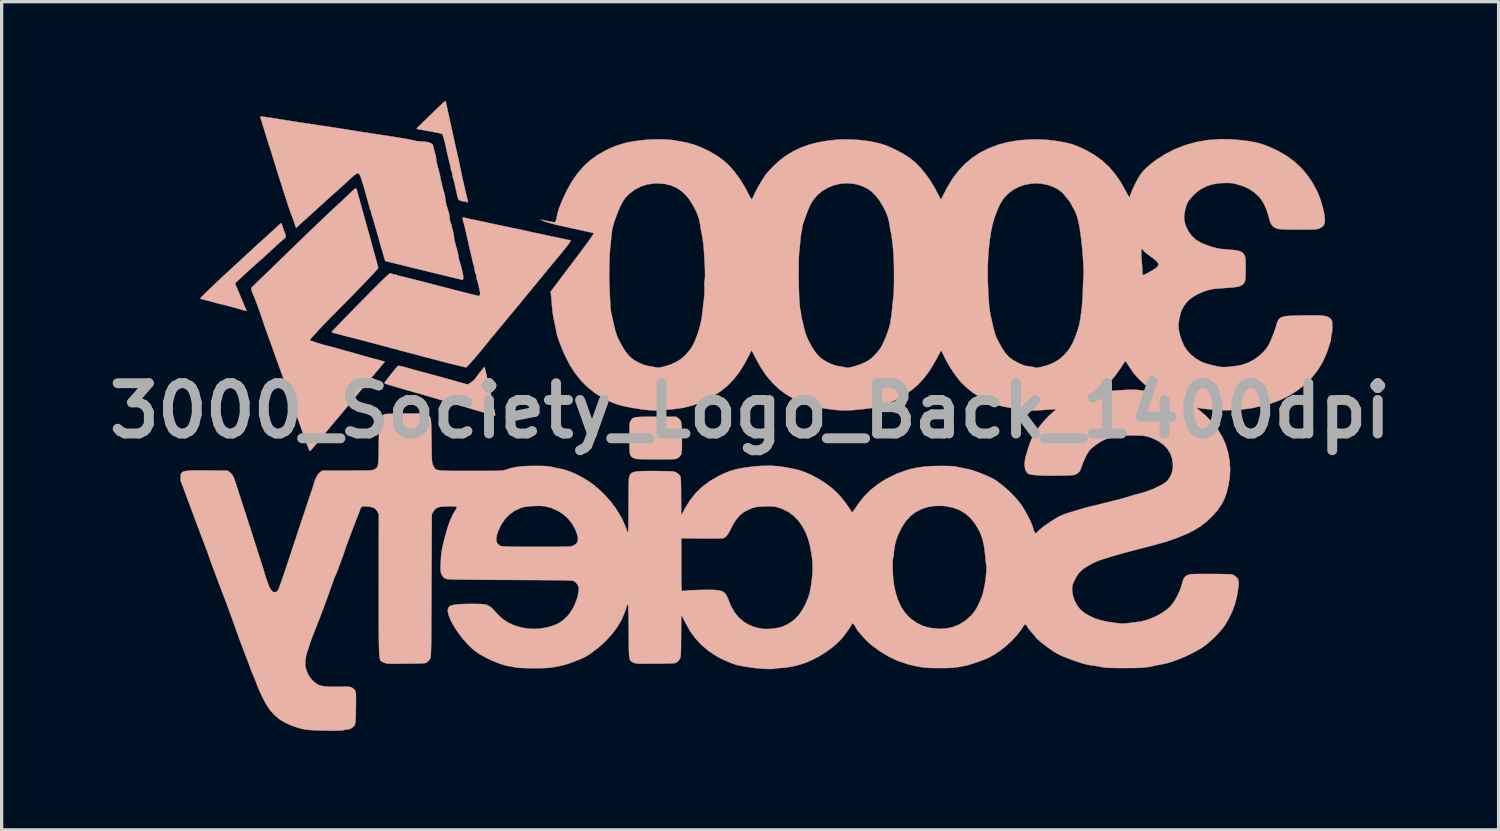
<source format=kicad_pcb>
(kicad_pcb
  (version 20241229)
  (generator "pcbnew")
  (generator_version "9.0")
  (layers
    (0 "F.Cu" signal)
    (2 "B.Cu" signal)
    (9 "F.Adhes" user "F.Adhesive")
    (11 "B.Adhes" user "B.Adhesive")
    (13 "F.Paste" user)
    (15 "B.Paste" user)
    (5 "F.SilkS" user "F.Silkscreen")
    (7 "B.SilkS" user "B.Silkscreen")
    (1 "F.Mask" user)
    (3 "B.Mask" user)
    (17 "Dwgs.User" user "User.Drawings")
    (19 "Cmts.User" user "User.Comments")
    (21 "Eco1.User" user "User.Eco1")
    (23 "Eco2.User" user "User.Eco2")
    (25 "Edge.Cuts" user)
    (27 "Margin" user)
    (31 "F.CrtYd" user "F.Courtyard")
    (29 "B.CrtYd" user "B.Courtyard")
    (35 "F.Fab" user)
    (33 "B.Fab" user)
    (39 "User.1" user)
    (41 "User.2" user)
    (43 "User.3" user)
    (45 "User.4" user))
  (footprint "3000_Society_Logo_Back_1400dpi"
    (layer "F.Cu")
    (at 19.674 9.393)
    (property "Reference" "3000_Society_Logo_Back_1400dpi" (at 0 0 0) (layer "F.Fab") (effects (font (size 1.524 1.524) (thickness 0.3))))
    (attr through_hole)
    (fp_poly (pts (xy -3.025 0.181) (xy -3.17 0.182) (xy -3.286 0.184) (xy -3.377 0.189) (xy -3.446 0.195) (xy -3.498 0.204) (xy -3.537 0.217) (xy -3.565 0.235) (xy -3.587 0.256) (xy -3.606 0.284) (xy -3.614 0.297) (xy -3.627 0.318) (xy -3.636 0.34) (xy -3.644 0.367) (xy -3.649 0.405) (xy -3.652 0.457) (xy -3.654 0.529) (xy -3.655 0.625) (xy -3.655 0.75) (xy -3.655 0.835) (xy -3.655 0.988) (xy -3.654 1.11) (xy -3.651 1.204) (xy -3.645 1.274) (xy -3.635 1.326) (xy -3.62 1.363) (xy -3.6 1.389) (xy -3.572 1.41) (xy -3.538 1.429) (xy -3.525 1.435) (xy -3.503 1.445) (xy -3.478 1.452) (xy -3.444 1.458) (xy -3.399 1.463) (xy -3.337 1.466) (xy -3.255 1.469) (xy -3.149 1.471) (xy -3.014 1.472) (xy -2.875 1.473) (xy -2.688 1.473) (xy -2.532 1.472) (xy -2.407 1.47) (xy -2.315 1.466) (xy -2.258 1.461) (xy -2.24 1.457) (xy -2.159 1.412) (xy -2.1 1.342) (xy -2.092 1.327) (xy -2.083 1.303) (xy -2.076 1.268) (xy -2.071 1.217) (xy -2.068 1.145) (xy -2.066 1.049) (xy -2.066 0.923) (xy -2.066 0.833) (xy -2.067 0.679) (xy -2.069 0.557) (xy -2.073 0.462) (xy -2.081 0.391) (xy -2.092 0.337) (xy -2.108 0.297) (xy -2.13 0.266) (xy -2.158 0.241) (xy -2.179 0.225) (xy -2.24 0.181) (xy -2.848 0.181) (xy -3.025 0.181)) (stroke (width 0.01) (type solid)) (fill yes) (layer "B.SilkS"))
    (fp_poly (pts (xy -14.224 -5.67) (xy -14.263 -5.637) (xy -14.317 -5.588) (xy -14.382 -5.529) (xy -14.398 -5.514) (xy -14.545 -5.379) (xy -14.681 -5.256) (xy -14.8 -5.148) (xy -14.885 -5.072) (xy -14.929 -5.033) (xy -14.989 -4.977) (xy -15.059 -4.913) (xy -15.112 -4.862) (xy -15.173 -4.806) (xy -15.253 -4.732) (xy -15.348 -4.645) (xy -15.449 -4.551) (xy -15.551 -4.458) (xy -15.585 -4.427) (xy -15.733 -4.29) (xy -15.879 -4.156) (xy -16.019 -4.025) (xy -16.151 -3.901) (xy -16.273 -3.785) (xy -16.383 -3.681) (xy -16.477 -3.59) (xy -16.553 -3.514) (xy -16.61 -3.457) (xy -16.645 -3.419) (xy -16.655 -3.405) (xy -16.65 -3.395) (xy -16.63 -3.385) (xy -16.59 -3.373) (xy -16.523 -3.357) (xy -16.482 -3.348) (xy -16.428 -3.335) (xy -16.355 -3.316) (xy -16.278 -3.294) (xy -16.274 -3.293) (xy -16.198 -3.272) (xy -16.128 -3.253) (xy -16.077 -3.24) (xy -16.074 -3.24) (xy -15.905 -3.199) (xy -15.715 -3.149) (xy -15.499 -3.088) (xy -15.457 -3.076) (xy -15.371 -3.051) (xy -15.314 -3.035) (xy -15.28 -3.026) (xy -15.264 -3.023) (xy -15.258 -3.025) (xy -15.258 -3.027) (xy -15.264 -3.048) (xy -15.282 -3.093) (xy -15.307 -3.153) (xy -15.335 -3.219) (xy -15.34 -3.23) (xy -15.356 -3.267) (xy -15.382 -3.329) (xy -15.415 -3.408) (xy -15.452 -3.497) (xy -15.458 -3.511) (xy -15.495 -3.601) (xy -15.53 -3.683) (xy -15.559 -3.751) (xy -15.578 -3.794) (xy -15.58 -3.798) (xy -15.597 -3.84) (xy -15.595 -3.865) (xy -15.575 -3.888) (xy -15.573 -3.89) (xy -15.547 -3.914) (xy -15.5 -3.957) (xy -15.441 -4.013) (xy -15.374 -4.075) (xy -15.263 -4.177) (xy -15.148 -4.282) (xy -15.034 -4.385) (xy -14.931 -4.478) (xy -14.844 -4.554) (xy -14.822 -4.573) (xy -14.772 -4.617) (xy -14.707 -4.676) (xy -14.636 -4.741) (xy -14.604 -4.771) (xy -14.519 -4.85) (xy -14.429 -4.933) (xy -14.34 -5.014) (xy -14.257 -5.088) (xy -14.185 -5.151) (xy -14.131 -5.198) (xy -14.105 -5.22) (xy -14.073 -5.253) (xy -14.067 -5.291) (xy -14.07 -5.314) (xy -14.083 -5.359) (xy -14.096 -5.389) (xy -14.107 -5.414) (xy -14.125 -5.464) (xy -14.146 -5.53) (xy -14.152 -5.548) (xy -14.173 -5.612) (xy -14.191 -5.66) (xy -14.204 -5.683) (xy -14.207 -5.684) (xy -14.224 -5.67)) (stroke (width 0.01) (type solid)) (fill yes) (layer "B.SilkS"))
    (fp_poly (pts (xy -9.243 -9.379) (xy -9.278 -9.349) (xy -9.329 -9.302) (xy -9.391 -9.244) (xy -9.402 -9.233) (xy -9.471 -9.166) (xy -9.558 -9.082) (xy -9.656 -8.988) (xy -9.755 -8.892) (xy -9.833 -8.817) (xy -9.913 -8.739) (xy -9.984 -8.67) (xy -10.042 -8.614) (xy -10.082 -8.573) (xy -10.101 -8.553) (xy -10.101 -8.552) (xy -10.102 -8.547) (xy -10.095 -8.541) (xy -10.077 -8.535) (xy -10.043 -8.527) (xy -9.99 -8.517) (xy -9.912 -8.503) (xy -9.807 -8.484) (xy -9.688 -8.463) (xy -9.581 -8.444) (xy -9.485 -8.424) (xy -9.406 -8.407) (xy -9.352 -8.392) (xy -9.327 -8.382) (xy -9.313 -8.354) (xy -9.294 -8.298) (xy -9.271 -8.219) (xy -9.247 -8.124) (xy -9.222 -8.019) (xy -9.2 -7.91) (xy -9.198 -7.901) (xy -9.186 -7.845) (xy -9.169 -7.767) (xy -9.149 -7.684) (xy -9.144 -7.666) (xy -9.116 -7.553) (xy -9.095 -7.469) (xy -9.08 -7.406) (xy -9.07 -7.356) (xy -9.062 -7.314) (xy -9.059 -7.298) (xy -9.048 -7.251) (xy -9.035 -7.222) (xy -9.032 -7.22) (xy -9.022 -7.197) (xy -9.017 -7.153) (xy -9.017 -7.141) (xy -9.013 -7.094) (xy -9.006 -7.063) (xy -9.004 -7.06) (xy -8.999 -7.052) (xy -8.992 -7.037) (xy -8.984 -7.009) (xy -8.973 -6.964) (xy -8.958 -6.9) (xy -8.937 -6.811) (xy -8.911 -6.694) (xy -8.886 -6.58) (xy -8.866 -6.496) (xy -8.851 -6.441) (xy -8.837 -6.406) (xy -8.819 -6.386) (xy -8.795 -6.372) (xy -8.783 -6.367) (xy -8.722 -6.349) (xy -8.662 -6.341) (xy -8.662 -6.341) (xy -8.617 -6.336) (xy -8.591 -6.324) (xy -8.59 -6.323) (xy -8.568 -6.305) (xy -8.553 -6.316) (xy -8.554 -6.346) (xy -8.561 -6.376) (xy -8.574 -6.436) (xy -8.593 -6.517) (xy -8.615 -6.613) (xy -8.634 -6.695) (xy -8.661 -6.813) (xy -8.689 -6.935) (xy -8.714 -7.049) (xy -8.735 -7.145) (xy -8.743 -7.185) (xy -8.786 -7.392) (xy -8.823 -7.566) (xy -8.854 -7.705) (xy -8.878 -7.81) (xy -8.88 -7.82) (xy -8.888 -7.856) (xy -8.897 -7.894) (xy -8.907 -7.939) (xy -8.92 -7.992) (xy -8.934 -8.059) (xy -8.953 -8.142) (xy -8.975 -8.245) (xy -9.003 -8.371) (xy -9.036 -8.523) (xy -9.076 -8.706) (xy -9.1 -8.818) (xy -9.13 -8.955) (xy -9.158 -9.081) (xy -9.182 -9.191) (xy -9.202 -9.281) (xy -9.218 -9.346) (xy -9.226 -9.382) (xy -9.228 -9.388) (xy -9.243 -9.379)) (stroke (width 0.01) (type solid)) (fill yes) (layer "B.SilkS"))
    (fp_poly (pts (xy -10.67 -1.354) (xy -10.685 -1.343) (xy -10.699 -1.326) (xy -10.713 -1.31) (xy -10.754 -1.262) (xy -10.805 -1.2) (xy -10.861 -1.129) (xy -10.919 -1.056) (xy -10.974 -0.985) (xy -11.022 -0.923) (xy -11.059 -0.874) (xy -11.079 -0.844) (xy -11.082 -0.838) (xy -11.043 -0.819) (xy -10.982 -0.796) (xy -10.915 -0.774) (xy -10.903 -0.771) (xy -10.817 -0.747) (xy -10.737 -0.724) (xy -10.668 -0.702) (xy -10.627 -0.69) (xy -10.56 -0.671) (xy -10.475 -0.646) (xy -10.38 -0.619) (xy -10.35 -0.611) (xy -10.079 -0.534) (xy -9.827 -0.461) (xy -9.601 -0.395) (xy -9.403 -0.336) (xy -9.343 -0.318) (xy -9.297 -0.304) (xy -9.237 -0.287) (xy -9.216 -0.281) (xy -9.146 -0.261) (xy -9.075 -0.239) (xy -9.061 -0.235) (xy -9.003 -0.218) (xy -8.928 -0.197) (xy -8.87 -0.182) (xy -8.791 -0.16) (xy -8.698 -0.134) (xy -8.617 -0.11) (xy -8.528 -0.083) (xy -8.431 -0.053) (xy -8.354 -0.031) (xy -8.217 0.009) (xy -8.109 0.041) (xy -8.024 0.066) (xy -7.957 0.087) (xy -7.902 0.104) (xy -7.854 0.12) (xy -7.785 0.142) (xy -7.745 0.151) (xy -7.726 0.143) (xy -7.724 0.118) (xy -7.73 0.077) (xy -7.736 0.045) (xy -7.744 0.005) (xy -7.755 -0.046) (xy -7.769 -0.115) (xy -7.789 -0.206) (xy -7.815 -0.323) (xy -7.837 -0.427) (xy -7.847 -0.473) (xy -7.864 -0.546) (xy -7.885 -0.638) (xy -7.908 -0.739) (xy -7.92 -0.789) (xy -7.945 -0.898) (xy -7.969 -1.005) (xy -7.991 -1.101) (xy -8.008 -1.176) (xy -8.012 -1.198) (xy -8.027 -1.26) (xy -8.038 -1.307) (xy -8.044 -1.329) (xy -8.044 -1.329) (xy -8.057 -1.318) (xy -8.086 -1.284) (xy -8.127 -1.235) (xy -8.174 -1.176) (xy -8.223 -1.114) (xy -8.268 -1.056) (xy -8.305 -1.008) (xy -8.327 -0.976) (xy -8.327 -0.975) (xy -8.356 -0.942) (xy -8.404 -0.899) (xy -8.456 -0.859) (xy -8.514 -0.821) (xy -8.553 -0.802) (xy -8.583 -0.8) (xy -8.601 -0.805) (xy -8.648 -0.821) (xy -8.706 -0.838) (xy -8.717 -0.841) (xy -8.778 -0.857) (xy -8.851 -0.878) (xy -8.89 -0.89) (xy -8.958 -0.91) (xy -9.024 -0.928) (xy -9.053 -0.935) (xy -9.118 -0.952) (xy -9.18 -0.969) (xy -9.312 -1.007) (xy -9.415 -1.036) (xy -9.495 -1.058) (xy -9.557 -1.074) (xy -9.579 -1.08) (xy -9.644 -1.097) (xy -9.706 -1.114) (xy -9.751 -1.126) (xy -9.82 -1.145) (xy -9.901 -1.167) (xy -9.951 -1.18) (xy -10.034 -1.202) (xy -10.109 -1.222) (xy -10.165 -1.237) (xy -10.187 -1.243) (xy -10.326 -1.284) (xy -10.435 -1.315) (xy -10.518 -1.338) (xy -10.578 -1.352) (xy -10.621 -1.36) (xy -10.65 -1.36) (xy -10.67 -1.354)) (stroke (width 0.01) (type solid)) (fill yes) (layer "B.SilkS"))
    (fp_poly (pts (xy -11.983 -6.716) (xy -12.043 -6.664) (xy -12.07 -6.639) (xy -12.216 -6.5) (xy -12.34 -6.384) (xy -12.442 -6.288) (xy -12.527 -6.209) (xy -12.596 -6.145) (xy -12.619 -6.125) (xy -12.672 -6.075) (xy -12.743 -6.008) (xy -12.824 -5.932) (xy -12.906 -5.854) (xy -12.926 -5.834) (xy -13.018 -5.746) (xy -13.122 -5.647) (xy -13.224 -5.55) (xy -13.314 -5.465) (xy -13.316 -5.462) (xy -13.381 -5.4) (xy -13.466 -5.319) (xy -13.566 -5.223) (xy -13.674 -5.118) (xy -13.786 -5.01) (xy -13.889 -4.909) (xy -14.007 -4.793) (xy -14.144 -4.661) (xy -14.29 -4.519) (xy -14.438 -4.376) (xy -14.579 -4.239) (xy -14.693 -4.129) (xy -15.115 -3.721) (xy -15.103 -3.657) (xy -15.092 -3.609) (xy -15.079 -3.576) (xy -15.078 -3.574) (xy -15.064 -3.548) (xy -15.043 -3.5) (xy -15.026 -3.456) (xy -15.004 -3.397) (xy -14.973 -3.315) (xy -14.938 -3.225) (xy -14.916 -3.166) (xy -14.879 -3.064) (xy -14.837 -2.946) (xy -14.797 -2.829) (xy -14.777 -2.767) (xy -14.744 -2.667) (xy -14.708 -2.562) (xy -14.675 -2.467) (xy -14.656 -2.413) (xy -14.622 -2.32) (xy -14.584 -2.216) (xy -14.55 -2.123) (xy -14.508 -2.006) (xy -14.458 -1.866) (xy -14.402 -1.711) (xy -14.346 -1.554) (xy -14.296 -1.415) (xy -14.265 -1.331) (xy -14.228 -1.227) (xy -14.188 -1.116) (xy -14.156 -1.025) (xy -14.088 -0.832) (xy -14.03 -0.671) (xy -13.984 -0.539) (xy -13.946 -0.435) (xy -13.917 -0.355) (xy -13.896 -0.299) (xy -13.883 -0.262) (xy -13.879 -0.254) (xy -13.866 -0.22) (xy -13.844 -0.158) (xy -13.814 -0.075) (xy -13.779 0.023) (xy -13.742 0.127) (xy -13.655 0.374) (xy -13.58 0.588) (xy -13.515 0.769) (xy -13.46 0.918) (xy -13.416 1.037) (xy -13.382 1.126) (xy -13.357 1.186) (xy -13.341 1.218) (xy -13.336 1.224) (xy -13.321 1.211) (xy -13.288 1.174) (xy -13.239 1.117) (xy -13.178 1.046) (xy -13.109 0.963) (xy -13.104 0.957) (xy -12.943 0.762) (xy -12.801 0.591) (xy -12.675 0.44) (xy -12.561 0.305) (xy -12.518 0.254) (xy -12.415 0.131) (xy -12.297 -0.011) (xy -12.174 -0.16) (xy -12.052 -0.308) (xy -11.995 -0.378) (xy -11.929 -0.458) (xy -11.85 -0.553) (xy -11.768 -0.651) (xy -11.696 -0.735) (xy -11.622 -0.822) (xy -11.535 -0.925) (xy -11.444 -1.034) (xy -11.358 -1.137) (xy -11.334 -1.166) (xy -11.266 -1.247) (xy -11.204 -1.322) (xy -11.152 -1.384) (xy -11.116 -1.427) (xy -11.102 -1.444) (xy -11.066 -1.485) (xy -11.134 -1.507) (xy -11.181 -1.52) (xy -11.252 -1.54) (xy -11.335 -1.562) (xy -11.393 -1.578) (xy -11.476 -1.6) (xy -11.551 -1.619) (xy -11.606 -1.635) (xy -11.629 -1.642) (xy -11.677 -1.656) (xy -11.736 -1.673) (xy -11.747 -1.676) (xy -11.803 -1.691) (xy -11.876 -1.712) (xy -11.947 -1.732) (xy -12.011 -1.751) (xy -12.066 -1.767) (xy -12.123 -1.782) (xy -12.194 -1.801) (xy -12.287 -1.826) (xy -12.347 -1.842) (xy -12.399 -1.857) (xy -12.409 -1.86) (xy -12.466 -1.877) (xy -12.541 -1.898) (xy -12.641 -1.925) (xy -12.77 -1.959) (xy -12.772 -1.96) (xy -12.885 -1.989) (xy -12.969 -2.012) (xy -13.032 -2.03) (xy -13.08 -2.044) (xy -13.12 -2.057) (xy -13.158 -2.072) (xy -13.202 -2.089) (xy -13.213 -2.093) (xy -13.262 -2.109) (xy -13.299 -2.114) (xy -13.329 -2.123) (xy -13.329 -2.152) (xy -13.297 -2.2) (xy -13.238 -2.264) (xy -13.186 -2.316) (xy -13.142 -2.365) (xy -13.114 -2.399) (xy -13.114 -2.4) (xy -13.095 -2.422) (xy -13.054 -2.466) (xy -12.993 -2.53) (xy -12.914 -2.611) (xy -12.822 -2.707) (xy -12.718 -2.813) (xy -12.606 -2.927) (xy -12.552 -2.981) (xy -12.361 -3.176) (xy -12.179 -3.36) (xy -12.01 -3.533) (xy -11.855 -3.693) (xy -11.714 -3.839) (xy -11.59 -3.968) (xy -11.484 -4.08) (xy -11.397 -4.173) (xy -11.331 -4.245) (xy -11.287 -4.296) (xy -11.267 -4.322) (xy -11.266 -4.325) (xy -11.271 -4.349) (xy -11.284 -4.401) (xy -11.303 -4.476) (xy -11.328 -4.567) (xy -11.348 -4.64) (xy -11.381 -4.759) (xy -11.416 -4.886) (xy -11.449 -5.008) (xy -11.477 -5.111) (xy -11.486 -5.144) (xy -11.509 -5.23) (xy -11.531 -5.308) (xy -11.547 -5.367) (xy -11.556 -5.398) (xy -11.565 -5.426) (xy -11.575 -5.46) (xy -11.588 -5.506) (xy -11.605 -5.567) (xy -11.628 -5.648) (xy -11.657 -5.754) (xy -11.694 -5.89) (xy -11.703 -5.924) (xy -11.754 -6.111) (xy -11.801 -6.279) (xy -11.841 -6.424) (xy -11.875 -6.546) (xy -11.901 -6.64) (xy -11.919 -6.705) (xy -11.929 -6.737) (xy -11.93 -6.738) (xy -11.946 -6.74) (xy -11.983 -6.716)) (stroke (width 0.01) (type solid)) (fill yes) (layer "B.SilkS"))
    (fp_poly (pts (xy -8.707 -5.846) (xy -8.708 -5.828) (xy -8.703 -5.784) (xy -8.69 -5.735) (xy -8.674 -5.68) (xy -8.655 -5.604) (xy -8.634 -5.523) (xy -8.617 -5.449) (xy -8.606 -5.398) (xy -8.595 -5.348) (xy -8.582 -5.29) (xy -8.581 -5.289) (xy -8.571 -5.246) (xy -8.555 -5.178) (xy -8.536 -5.093) (xy -8.518 -5.008) (xy -8.498 -4.918) (xy -8.479 -4.836) (xy -8.464 -4.772) (xy -8.455 -4.736) (xy -8.442 -4.687) (xy -8.427 -4.621) (xy -8.417 -4.572) (xy -8.403 -4.507) (xy -8.389 -4.453) (xy -8.381 -4.427) (xy -8.367 -4.384) (xy -8.356 -4.329) (xy -8.355 -4.327) (xy -8.34 -4.238) (xy -8.328 -4.18) (xy -8.317 -4.147) (xy -8.307 -4.135) (xy -8.296 -4.113) (xy -8.291 -4.068) (xy -8.291 -4.057) (xy -8.288 -4.009) (xy -8.28 -3.978) (xy -8.278 -3.976) (xy -8.268 -3.953) (xy -8.254 -3.904) (xy -8.237 -3.839) (xy -8.234 -3.823) (xy -8.216 -3.745) (xy -8.199 -3.67) (xy -8.185 -3.615) (xy -8.185 -3.612) (xy -8.176 -3.545) (xy -8.188 -3.499) (xy -8.219 -3.479) (xy -8.243 -3.48) (xy -8.274 -3.488) (xy -8.332 -3.503) (xy -8.412 -3.523) (xy -8.504 -3.546) (xy -8.545 -3.556) (xy -8.643 -3.581) (xy -8.734 -3.604) (xy -8.809 -3.623) (xy -8.86 -3.635) (xy -8.871 -3.638) (xy -8.933 -3.654) (xy -9 -3.672) (xy -9.008 -3.674) (xy -9.085 -3.695) (xy -9.176 -3.718) (xy -9.284 -3.745) (xy -9.336 -3.758) (xy -9.408 -3.777) (xy -9.484 -3.797) (xy -9.488 -3.798) (xy -9.577 -3.822) (xy -9.684 -3.85) (xy -9.804 -3.882) (xy -9.933 -3.915) (xy -10.065 -3.948) (xy -10.195 -3.981) (xy -10.316 -4.012) (xy -10.425 -4.039) (xy -10.516 -4.061) (xy -10.584 -4.077) (xy -10.623 -4.086) (xy -10.627 -4.086) (xy -10.67 -4.097) (xy -10.695 -4.111) (xy -10.696 -4.112) (xy -10.719 -4.123) (xy -10.763 -4.128) (xy -10.767 -4.128) (xy -10.812 -4.133) (xy -10.839 -4.145) (xy -10.84 -4.146) (xy -10.865 -4.16) (xy -10.894 -4.164) (xy -10.917 -4.156) (xy -10.954 -4.13) (xy -11.007 -4.084) (xy -11.08 -4.017) (xy -11.173 -3.927) (xy -11.251 -3.849) (xy -11.356 -3.744) (xy -11.47 -3.629) (xy -11.591 -3.506) (xy -11.717 -3.378) (xy -11.845 -3.248) (xy -11.973 -3.118) (xy -12.097 -2.99) (xy -12.216 -2.869) (xy -12.327 -2.755) (xy -12.427 -2.651) (xy -12.514 -2.561) (xy -12.585 -2.487) (xy -12.638 -2.432) (xy -12.669 -2.397) (xy -12.678 -2.387) (xy -12.665 -2.374) (xy -12.627 -2.359) (xy -12.596 -2.35) (xy -12.488 -2.324) (xy -12.403 -2.303) (xy -12.33 -2.283) (xy -12.309 -2.277) (xy -12.244 -2.26) (xy -12.18 -2.244) (xy -12.173 -2.242) (xy -12.12 -2.229) (xy -12.038 -2.208) (xy -11.934 -2.182) (xy -11.814 -2.15) (xy -11.684 -2.116) (xy -11.552 -2.081) (xy -11.424 -2.047) (xy -11.305 -2.015) (xy -11.203 -1.987) (xy -11.157 -1.975) (xy -11.093 -1.958) (xy -11.037 -1.944) (xy -11.012 -1.938) (xy -10.961 -1.925) (xy -10.931 -1.914) (xy -10.884 -1.899) (xy -10.844 -1.888) (xy -10.786 -1.876) (xy -10.745 -1.868) (xy -10.693 -1.854) (xy -10.659 -1.842) (xy -10.611 -1.826) (xy -10.577 -1.818) (xy -10.54 -1.81) (xy -10.476 -1.794) (xy -10.393 -1.772) (xy -10.296 -1.747) (xy -10.195 -1.721) (xy -10.097 -1.694) (xy -10.009 -1.67) (xy -10.005 -1.669) (xy -9.935 -1.65) (xy -9.868 -1.632) (xy -9.833 -1.623) (xy -9.768 -1.607) (xy -9.706 -1.591) (xy -9.646 -1.574) (xy -9.564 -1.552) (xy -9.468 -1.527) (xy -9.364 -1.5) (xy -9.261 -1.473) (xy -9.165 -1.448) (xy -9.084 -1.428) (xy -9.025 -1.413) (xy -8.998 -1.407) (xy -8.951 -1.396) (xy -8.881 -1.379) (xy -8.803 -1.359) (xy -8.783 -1.354) (xy -8.711 -1.337) (xy -8.651 -1.323) (xy -8.613 -1.316) (xy -8.607 -1.316) (xy -8.587 -1.329) (xy -8.549 -1.365) (xy -8.496 -1.419) (xy -8.435 -1.488) (xy -8.396 -1.532) (xy -8.317 -1.624) (xy -8.233 -1.724) (xy -8.152 -1.82) (xy -8.085 -1.903) (xy -8.073 -1.917) (xy -8.006 -2) (xy -7.934 -2.088) (xy -7.868 -2.17) (xy -7.832 -2.213) (xy -7.769 -2.29) (xy -7.696 -2.378) (xy -7.628 -2.461) (xy -7.614 -2.477) (xy -7.565 -2.536) (xy -7.525 -2.584) (xy -7.499 -2.615) (xy -7.492 -2.622) (xy -7.477 -2.639) (xy -7.445 -2.678) (xy -7.401 -2.733) (xy -7.365 -2.776) (xy -7.308 -2.847) (xy -7.25 -2.917) (xy -7.202 -2.974) (xy -7.185 -2.995) (xy -7.15 -3.035) (xy -7.099 -3.097) (xy -7.037 -3.172) (xy -6.969 -3.254) (xy -6.939 -3.291) (xy -6.861 -3.386) (xy -6.777 -3.49) (xy -6.695 -3.59) (xy -6.624 -3.675) (xy -6.613 -3.689) (xy -6.555 -3.759) (xy -6.503 -3.822) (xy -6.463 -3.871) (xy -6.441 -3.898) (xy -6.44 -3.899) (xy -6.413 -3.932) (xy -6.374 -3.98) (xy -6.35 -4.009) (xy -6.316 -4.049) (xy -6.265 -4.111) (xy -6.203 -4.187) (xy -6.134 -4.271) (xy -6.096 -4.318) (xy -6.027 -4.402) (xy -5.962 -4.481) (xy -5.906 -4.549) (xy -5.865 -4.598) (xy -5.849 -4.616) (xy -5.791 -4.685) (xy -5.727 -4.763) (xy -5.661 -4.845) (xy -5.596 -4.927) (xy -5.537 -5.003) (xy -5.488 -5.069) (xy -5.451 -5.119) (xy -5.432 -5.149) (xy -5.43 -5.155) (xy -5.45 -5.162) (xy -5.499 -5.175) (xy -5.569 -5.19) (xy -5.653 -5.208) (xy -5.654 -5.208) (xy -5.759 -5.229) (xy -5.871 -5.253) (xy -5.975 -5.275) (xy -6.032 -5.287) (xy -6.118 -5.306) (xy -6.225 -5.329) (xy -6.338 -5.353) (xy -6.422 -5.37) (xy -6.521 -5.391) (xy -6.618 -5.412) (xy -6.702 -5.431) (xy -6.758 -5.444) (xy -6.808 -5.455) (xy -6.887 -5.472) (xy -6.988 -5.494) (xy -7.102 -5.518) (xy -7.223 -5.543) (xy -7.257 -5.55) (xy -7.384 -5.577) (xy -7.512 -5.604) (xy -7.631 -5.629) (xy -7.733 -5.651) (xy -7.809 -5.667) (xy -7.819 -5.669) (xy -7.883 -5.683) (xy -7.946 -5.697) (xy -8.013 -5.711) (xy -8.09 -5.728) (xy -8.183 -5.747) (xy -8.3 -5.771) (xy -8.444 -5.801) (xy -8.463 -5.805) (xy -8.539 -5.821) (xy -8.606 -5.837) (xy -8.653 -5.849) (xy -8.658 -5.851) (xy -8.694 -5.858) (xy -8.707 -5.846)) (stroke (width 0.01) (type solid)) (fill yes) (layer "B.SilkS"))
    (fp_poly (pts (xy -14.835 -8.911) (xy -14.836 -8.888) (xy -14.826 -8.85) (xy -14.812 -8.81) (xy -14.791 -8.746) (xy -14.768 -8.671) (xy -14.76 -8.645) (xy -14.718 -8.505) (xy -14.683 -8.393) (xy -14.655 -8.301) (xy -14.63 -8.221) (xy -14.606 -8.148) (xy -14.586 -8.083) (xy -14.559 -8.001) (xy -14.527 -7.898) (xy -14.493 -7.79) (xy -14.469 -7.711) (xy -14.442 -7.623) (xy -14.418 -7.544) (xy -14.399 -7.483) (xy -14.387 -7.448) (xy -14.387 -7.448) (xy -14.376 -7.412) (xy -14.356 -7.351) (xy -14.333 -7.274) (xy -14.314 -7.212) (xy -14.289 -7.131) (xy -14.267 -7.059) (xy -14.25 -7.007) (xy -14.242 -6.985) (xy -14.231 -6.953) (xy -14.212 -6.896) (xy -14.189 -6.822) (xy -14.172 -6.768) (xy -14.113 -6.579) (xy -14.057 -6.405) (xy -14.006 -6.249) (xy -13.961 -6.115) (xy -13.923 -6.005) (xy -13.893 -5.923) (xy -13.872 -5.872) (xy -13.87 -5.869) (xy -13.844 -5.807) (xy -13.817 -5.729) (xy -13.798 -5.665) (xy -13.775 -5.589) (xy -13.756 -5.549) (xy -13.739 -5.544) (xy -13.731 -5.557) (xy -13.716 -5.573) (xy -13.678 -5.609) (xy -13.622 -5.661) (xy -13.55 -5.727) (xy -13.468 -5.801) (xy -13.443 -5.823) (xy -13.333 -5.922) (xy -13.246 -6.001) (xy -13.177 -6.062) (xy -13.124 -6.111) (xy -13.081 -6.149) (xy -13.045 -6.182) (xy -13.012 -6.212) (xy -12.978 -6.243) (xy -12.939 -6.279) (xy -12.917 -6.299) (xy -12.846 -6.364) (xy -12.759 -6.442) (xy -12.67 -6.522) (xy -12.609 -6.577) (xy -12.524 -6.652) (xy -12.457 -6.712) (xy -12.399 -6.763) (xy -12.345 -6.813) (xy -12.286 -6.867) (xy -12.215 -6.933) (xy -12.13 -7.011) (xy -12.059 -7.075) (xy -11.995 -7.13) (xy -11.944 -7.17) (xy -11.911 -7.191) (xy -11.904 -7.193) (xy -11.882 -7.192) (xy -11.864 -7.186) (xy -11.846 -7.173) (xy -11.829 -7.149) (xy -11.81 -7.112) (xy -11.789 -7.059) (xy -11.765 -6.986) (xy -11.735 -6.889) (xy -11.699 -6.767) (xy -11.656 -6.616) (xy -11.61 -6.45) (xy -11.588 -6.375) (xy -11.569 -6.304) (xy -11.554 -6.253) (xy -11.553 -6.25) (xy -11.538 -6.191) (xy -11.526 -6.138) (xy -11.526 -6.137) (xy -11.513 -6.097) (xy -11.5 -6.077) (xy -11.488 -6.053) (xy -11.484 -6.022) (xy -11.477 -5.974) (xy -11.468 -5.946) (xy -11.453 -5.91) (xy -11.436 -5.856) (xy -11.429 -5.833) (xy -11.412 -5.773) (xy -11.397 -5.719) (xy -11.393 -5.706) (xy -11.38 -5.663) (xy -11.363 -5.602) (xy -11.351 -5.561) (xy -11.332 -5.495) (xy -11.308 -5.41) (xy -11.283 -5.323) (xy -11.278 -5.307) (xy -11.255 -5.23) (xy -11.236 -5.16) (xy -11.222 -5.109) (xy -11.22 -5.098) (xy -11.208 -5.051) (xy -11.189 -4.986) (xy -11.173 -4.935) (xy -11.144 -4.841) (xy -11.122 -4.768) (xy -11.104 -4.704) (xy -11.086 -4.635) (xy -11.083 -4.623) (xy -11.068 -4.568) (xy -11.052 -4.538) (xy -11.024 -4.524) (xy -10.989 -4.517) (xy -10.95 -4.509) (xy -10.883 -4.493) (xy -10.793 -4.472) (xy -10.687 -4.446) (xy -10.57 -4.417) (xy -10.525 -4.405) (xy -10.406 -4.375) (xy -10.295 -4.347) (xy -10.198 -4.323) (xy -10.121 -4.305) (xy -10.071 -4.293) (xy -10.06 -4.29) (xy -10.019 -4.281) (xy -9.976 -4.272) (xy -9.922 -4.258) (xy -9.848 -4.24) (xy -9.76 -4.218) (xy -9.669 -4.196) (xy -9.575 -4.173) (xy -9.514 -4.158) (xy -9.478 -4.15) (xy -9.419 -4.136) (xy -9.351 -4.119) (xy -9.266 -4.099) (xy -9.176 -4.077) (xy -9.116 -4.061) (xy -9.014 -4.036) (xy -8.916 -4.012) (xy -8.829 -3.992) (xy -8.76 -3.976) (xy -8.715 -3.967) (xy -8.704 -3.965) (xy -8.696 -3.981) (xy -8.691 -4.022) (xy -8.69 -4.048) (xy -8.695 -4.102) (xy -8.711 -4.182) (xy -8.733 -4.281) (xy -8.762 -4.391) (xy -8.795 -4.504) (xy -8.817 -4.574) (xy -8.83 -4.631) (xy -8.835 -4.679) (xy -8.84 -4.714) (xy -8.854 -4.776) (xy -8.874 -4.858) (xy -8.899 -4.95) (xy -8.908 -4.98) (xy -8.933 -5.072) (xy -8.953 -5.152) (xy -8.966 -5.215) (xy -8.971 -5.252) (xy -8.97 -5.258) (xy -8.971 -5.284) (xy -8.98 -5.336) (xy -8.995 -5.407) (xy -9.015 -5.49) (xy -9.036 -5.575) (xy -9.058 -5.655) (xy -9.079 -5.721) (xy -9.09 -5.753) (xy -9.102 -5.803) (xy -9.107 -5.863) (xy -9.107 -5.868) (xy -9.11 -5.91) (xy -9.121 -5.965) (xy -9.14 -6.038) (xy -9.169 -6.135) (xy -9.198 -6.225) (xy -9.209 -6.27) (xy -9.222 -6.338) (xy -9.233 -6.414) (xy -9.234 -6.421) (xy -9.243 -6.489) (xy -9.252 -6.543) (xy -9.259 -6.572) (xy -9.26 -6.574) (xy -9.269 -6.6) (xy -9.285 -6.653) (xy -9.304 -6.724) (xy -9.325 -6.804) (xy -9.345 -6.886) (xy -9.362 -6.96) (xy -9.375 -7.018) (xy -9.38 -7.05) (xy -9.38 -7.052) (xy -9.385 -7.084) (xy -9.398 -7.144) (xy -9.418 -7.223) (xy -9.442 -7.314) (xy -9.45 -7.343) (xy -9.475 -7.436) (xy -9.494 -7.52) (xy -9.507 -7.586) (xy -9.512 -7.627) (xy -9.512 -7.634) (xy -9.514 -7.67) (xy -9.526 -7.729) (xy -9.545 -7.8) (xy -9.551 -7.82) (xy -9.572 -7.892) (xy -9.589 -7.954) (xy -9.597 -7.997) (xy -9.597 -8.004) (xy -9.614 -8.06) (xy -9.664 -8.104) (xy -9.746 -8.135) (xy -9.86 -8.152) (xy -9.962 -8.155) (xy -10.043 -8.161) (xy -10.131 -8.174) (xy -10.172 -8.184) (xy -10.254 -8.204) (xy -10.344 -8.223) (xy -10.386 -8.231) (xy -10.465 -8.244) (xy -10.547 -8.258) (xy -10.586 -8.264) (xy -10.64 -8.273) (xy -10.723 -8.287) (xy -10.831 -8.303) (xy -10.955 -8.323) (xy -11.091 -8.344) (xy -11.232 -8.365) (xy -11.371 -8.387) (xy -11.504 -8.407) (xy -11.623 -8.425) (xy -11.647 -8.428) (xy -11.748 -8.443) (xy -11.845 -8.458) (xy -11.929 -8.472) (xy -11.988 -8.482) (xy -11.992 -8.482) (xy -12.049 -8.492) (xy -12.131 -8.505) (xy -12.227 -8.521) (xy -12.327 -8.536) (xy -12.328 -8.536) (xy -12.429 -8.552) (xy -12.53 -8.568) (xy -12.619 -8.582) (xy -12.681 -8.592) (xy -12.734 -8.6) (xy -12.815 -8.612) (xy -12.918 -8.627) (xy -13.037 -8.645) (xy -13.163 -8.664) (xy -13.226 -8.673) (xy -13.352 -8.692) (xy -13.473 -8.71) (xy -13.581 -8.726) (xy -13.669 -8.74) (xy -13.732 -8.75) (xy -13.752 -8.753) (xy -13.823 -8.765) (xy -13.91 -8.778) (xy -13.988 -8.79) (xy -14.072 -8.803) (xy -14.159 -8.817) (xy -14.224 -8.827) (xy -14.387 -8.854) (xy -14.53 -8.876) (xy -14.649 -8.894) (xy -14.74 -8.906) (xy -14.803 -8.912) (xy -14.832 -8.912) (xy -14.835 -8.911)) (stroke (width 0.01) (type solid)) (fill yes) (layer "B.SilkS"))
    (fp_poly (pts (xy 13.872 -8.201) (xy 13.522 -8.141) (xy 13.185 -8.048) (xy 12.864 -7.923) (xy 12.558 -7.765) (xy 12.303 -7.6) (xy 12.151 -7.486) (xy 12.027 -7.381) (xy 11.925 -7.281) (xy 11.84 -7.179) (xy 11.81 -7.137) (xy 11.77 -7.071) (xy 11.722 -6.985) (xy 11.67 -6.886) (xy 11.621 -6.783) (xy 11.576 -6.685) (xy 11.542 -6.602) (xy 11.522 -6.544) (xy 11.507 -6.498) (xy 11.493 -6.471) (xy 11.489 -6.468) (xy 11.476 -6.484) (xy 11.45 -6.525) (xy 11.416 -6.586) (xy 11.376 -6.661) (xy 11.376 -6.662) (xy 11.221 -6.935) (xy 11.054 -7.176) (xy 10.872 -7.388) (xy 10.672 -7.574) (xy 10.449 -7.738) (xy 10.201 -7.882) (xy 9.972 -7.99) (xy 9.882 -8.027) (xy 9.803 -8.057) (xy 9.725 -8.082) (xy 9.641 -8.104) (xy 9.543 -8.125) (xy 9.422 -8.149) (xy 9.335 -8.164) (xy 9.038 -8.204) (xy 8.731 -8.221) (xy 8.42 -8.215) (xy 8.114 -8.188) (xy 7.821 -8.139) (xy 7.548 -8.069) (xy 7.503 -8.055) (xy 7.216 -7.945) (xy 6.954 -7.812) (xy 6.716 -7.654) (xy 6.499 -7.469) (xy 6.301 -7.256) (xy 6.121 -7.013) (xy 5.957 -6.739) (xy 5.903 -6.634) (xy 5.861 -6.552) (xy 5.825 -6.482) (xy 5.798 -6.43) (xy 5.783 -6.403) (xy 5.781 -6.401) (xy 5.77 -6.412) (xy 5.748 -6.449) (xy 5.72 -6.505) (xy 5.71 -6.525) (xy 5.589 -6.759) (xy 5.453 -6.982) (xy 5.305 -7.188) (xy 5.15 -7.374) (xy 4.991 -7.532) (xy 4.885 -7.62) (xy 4.755 -7.711) (xy 4.602 -7.804) (xy 4.438 -7.892) (xy 4.272 -7.972) (xy 4.114 -8.038) (xy 3.979 -8.084) (xy 3.75 -8.139) (xy 3.498 -8.181) (xy 3.235 -8.209) (xy 2.972 -8.221) (xy 2.721 -8.218) (xy 2.62 -8.211) (xy 2.313 -8.176) (xy 2.034 -8.126) (xy 1.778 -8.059) (xy 1.541 -7.973) (xy 1.316 -7.866) (xy 1.1 -7.737) (xy 1.081 -7.725) (xy 0.965 -7.64) (xy 0.84 -7.535) (xy 0.715 -7.418) (xy 0.598 -7.298) (xy 0.499 -7.184) (xy 0.455 -7.127) (xy 0.394 -7.035) (xy 0.324 -6.922) (xy 0.252 -6.798) (xy 0.186 -6.676) (xy 0.131 -6.567) (xy 0.119 -6.541) (xy 0.091 -6.48) (xy 0.067 -6.432) (xy 0.053 -6.407) (xy 0.052 -6.407) (xy 0.039 -6.414) (xy 0.015 -6.447) (xy -0.015 -6.5) (xy -0.022 -6.515) (xy -0.16 -6.777) (xy -0.308 -7.016) (xy -0.462 -7.228) (xy -0.62 -7.411) (xy -0.781 -7.562) (xy -0.789 -7.568) (xy -0.996 -7.72) (xy -1.223 -7.855) (xy -1.463 -7.971) (xy -1.706 -8.064) (xy -1.945 -8.129) (xy -2.044 -8.147) (xy -2.13 -8.161) (xy -2.211 -8.176) (xy -2.275 -8.188) (xy -2.296 -8.192) (xy -2.368 -8.203) (xy -2.468 -8.212) (xy -2.588 -8.218) (xy -2.72 -8.221) (xy -2.855 -8.221) (xy -2.986 -8.218) (xy -3.103 -8.212) (xy -3.122 -8.211) (xy -3.359 -8.187) (xy -3.567 -8.157) (xy -3.755 -8.119) (xy -3.931 -8.07) (xy -4.102 -8.01) (xy -4.276 -7.935) (xy -4.39 -7.879) (xy -4.63 -7.743) (xy -4.849 -7.583) (xy -5.049 -7.399) (xy -5.231 -7.187) (xy -5.399 -6.946) (xy -5.552 -6.675) (xy -5.686 -6.388) (xy -5.745 -6.247) (xy -5.789 -6.129) (xy -5.822 -6.025) (xy -5.847 -5.925) (xy -5.861 -5.854) (xy -5.875 -5.787) (xy -5.892 -5.737) (xy -5.907 -5.712) (xy -5.908 -5.711) (xy -5.935 -5.712) (xy -5.988 -5.719) (xy -6.061 -5.732) (xy -6.136 -5.748) (xy -6.217 -5.765) (xy -6.284 -5.779) (xy -6.329 -5.787) (xy -6.346 -5.788) (xy -6.332 -5.781) (xy -6.291 -5.764) (xy -6.228 -5.74) (xy -6.165 -5.717) (xy -6.088 -5.692) (xy -5.978 -5.662) (xy -5.841 -5.627) (xy -5.681 -5.59) (xy -5.502 -5.55) (xy -5.38 -5.524) (xy -5.236 -5.493) (xy -5.103 -5.464) (xy -4.984 -5.438) (xy -4.885 -5.416) (xy -4.809 -5.399) (xy -4.762 -5.387) (xy -4.747 -5.383) (xy -4.743 -5.377) (xy -4.746 -5.363) (xy -4.758 -5.338) (xy -4.78 -5.302) (xy -4.814 -5.252) (xy -4.86 -5.185) (xy -4.921 -5.101) (xy -4.999 -4.996) (xy -5.093 -4.869) (xy -5.206 -4.718) (xy -5.34 -4.541) (xy -5.378 -4.49) (xy -6.042 -3.611) (xy -6.033 -3.529) (xy -6.029 -3.48) (xy -6.022 -3.405) (xy -6.014 -3.313) (xy -6.006 -3.213) (xy -6.005 -3.193) (xy -5.994 -3.084) (xy -5.981 -2.971) (xy -5.966 -2.868) (xy -5.95 -2.788) (xy -5.95 -2.785) (xy -5.929 -2.689) (xy -5.907 -2.584) (xy -5.888 -2.49) (xy -5.887 -2.486) (xy -5.87 -2.394) (xy -5.854 -2.319) (xy -5.836 -2.253) (xy -5.815 -2.185) (xy -5.787 -2.105) (xy -5.748 -2.003) (xy -5.742 -1.987) (xy -5.609 -1.672) (xy -5.463 -1.389) (xy -5.301 -1.136) (xy -5.122 -0.912) (xy -4.925 -0.715) (xy -4.707 -0.542) (xy -4.468 -0.392) (xy -4.336 -0.323) (xy -4.212 -0.265) (xy -4.098 -0.218) (xy -3.985 -0.179) (xy -3.864 -0.147) (xy -3.725 -0.117) (xy -3.561 -0.087) (xy -3.546 -0.084) (xy -3.345 -0.053) (xy -3.174 -0.029) (xy -3.028 -0.015) (xy -2.902 -0.008) (xy -2.791 -0.009) (xy -2.73 -0.013) (xy -2.653 -0.019) (xy -2.553 -0.027) (xy -2.444 -0.037) (xy -2.349 -0.045) (xy -2.03 -0.088) (xy -1.724 -0.166) (xy -1.43 -0.277) (xy -1.147 -0.422) (xy -0.875 -0.602) (xy -0.852 -0.619) (xy -0.665 -0.776) (xy -0.492 -0.957) (xy -0.332 -1.165) (xy -0.181 -1.403) (xy -0.062 -1.625) (xy -0.023 -1.701) (xy 0.01 -1.764) (xy 0.034 -1.807) (xy 0.045 -1.824) (xy 0.045 -1.824) (xy 0.056 -1.808) (xy 0.079 -1.766) (xy 0.111 -1.704) (xy 0.15 -1.628) (xy 0.156 -1.615) (xy 0.315 -1.325) (xy 0.488 -1.068) (xy 0.678 -0.843) (xy 0.883 -0.649) (xy 1.077 -0.506) (xy 1.136 -0.469) (xy 1.211 -0.426) (xy 1.295 -0.379) (xy 1.381 -0.334) (xy 1.463 -0.292) (xy 1.534 -0.258) (xy 1.586 -0.235) (xy 1.614 -0.227) (xy 1.645 -0.219) (xy 1.665 -0.209) (xy 1.727 -0.183) (xy 1.819 -0.156) (xy 1.935 -0.128) (xy 2.068 -0.101) (xy 2.214 -0.076) (xy 2.365 -0.053) (xy 2.515 -0.034) (xy 2.659 -0.019) (xy 2.79 -0.011) (xy 2.876 -0.008) (xy 2.962 -0.011) (xy 3.071 -0.017) (xy 3.196 -0.027) (xy 3.327 -0.039) (xy 3.458 -0.053) (xy 3.579 -0.068) (xy 3.683 -0.083) (xy 3.76 -0.097) (xy 3.774 -0.1) (xy 4.049 -0.178) (xy 4.301 -0.275) (xy 4.542 -0.395) (xy 4.739 -0.516) (xy 4.929 -0.653) (xy 5.1 -0.804) (xy 5.257 -0.974) (xy 5.404 -1.166) (xy 5.544 -1.386) (xy 5.666 -1.606) (xy 5.707 -1.684) (xy 5.743 -1.75) (xy 5.77 -1.796) (xy 5.785 -1.818) (xy 5.786 -1.818) (xy 5.798 -1.805) (xy 5.82 -1.765) (xy 5.848 -1.707) (xy 5.86 -1.682) (xy 5.936 -1.528) (xy 6.031 -1.362) (xy 6.136 -1.195) (xy 6.246 -1.04) (xy 6.352 -0.906) (xy 6.366 -0.89) (xy 6.432 -0.82) (xy 6.518 -0.739) (xy 6.612 -0.657) (xy 6.702 -0.583) (xy 6.771 -0.533) (xy 6.901 -0.452) (xy 7.05 -0.37) (xy 7.208 -0.293) (xy 7.365 -0.225) (xy 7.511 -0.171) (xy 7.62 -0.138) (xy 7.685 -0.124) (xy 7.776 -0.107) (xy 7.887 -0.088) (xy 8.007 -0.068) (xy 8.13 -0.05) (xy 8.165 -0.045) (xy 8.34 -0.023) (xy 8.497 -0.011) (xy 8.63 -0.007) (xy 8.726 -0.011) (xy 8.794 -0.017) (xy 8.885 -0.024) (xy 8.986 -0.031) (xy 9.063 -0.035) (xy 9.28 -0.047) (xy 9.199 0.02) (xy 9.051 0.153) (xy 8.906 0.306) (xy 8.771 0.469) (xy 8.652 0.635) (xy 8.556 0.794) (xy 8.532 0.843) (xy 8.498 0.923) (xy 8.459 1.027) (xy 8.42 1.146) (xy 8.382 1.269) (xy 8.35 1.386) (xy 8.328 1.485) (xy 8.327 1.487) (xy 8.314 1.604) (xy 8.32 1.712) (xy 8.343 1.803) (xy 8.384 1.873) (xy 8.435 1.914) (xy 8.495 1.931) (xy 8.589 1.945) (xy 8.716 1.956) (xy 8.875 1.963) (xy 9.063 1.966) (xy 9.279 1.966) (xy 9.325 1.965) (xy 9.471 1.963) (xy 9.585 1.961) (xy 9.673 1.958) (xy 9.738 1.954) (xy 9.786 1.949) (xy 9.821 1.943) (xy 9.849 1.934) (xy 9.873 1.923) (xy 9.881 1.919) (xy 9.941 1.881) (xy 9.983 1.833) (xy 10.017 1.767) (xy 10.038 1.705) (xy 10.103 1.527) (xy 10.181 1.362) (xy 10.267 1.219) (xy 10.283 1.197) (xy 10.325 1.152) (xy 10.39 1.096) (xy 10.472 1.035) (xy 10.56 0.975) (xy 10.647 0.922) (xy 10.725 0.881) (xy 10.734 0.877) (xy 10.786 0.858) (xy 10.861 0.835) (xy 10.95 0.811) (xy 11.018 0.794) (xy 11.096 0.777) (xy 11.165 0.765) (xy 11.234 0.757) (xy 11.31 0.751) (xy 11.403 0.749) (xy 11.521 0.748) (xy 11.566 0.747) (xy 11.706 0.748) (xy 11.817 0.751) (xy 11.907 0.758) (xy 11.984 0.77) (xy 12.055 0.787) (xy 12.129 0.812) (xy 12.201 0.84) (xy 12.38 0.927) (xy 12.528 1.034) (xy 12.645 1.158) (xy 12.731 1.3) (xy 12.786 1.459) (xy 12.808 1.633) (xy 12.807 1.716) (xy 12.783 1.861) (xy 12.729 1.995) (xy 12.648 2.111) (xy 12.63 2.13) (xy 12.566 2.181) (xy 12.475 2.238) (xy 12.363 2.297) (xy 12.237 2.356) (xy 12.106 2.41) (xy 11.975 2.457) (xy 11.853 2.493) (xy 11.82 2.501) (xy 11.748 2.519) (xy 11.655 2.545) (xy 11.557 2.574) (xy 11.496 2.593) (xy 11.394 2.625) (xy 11.283 2.656) (xy 11.181 2.684) (xy 11.133 2.696) (xy 11.055 2.715) (xy 10.952 2.74) (xy 10.838 2.769) (xy 10.723 2.798) (xy 10.687 2.807) (xy 10.583 2.834) (xy 10.483 2.859) (xy 10.398 2.879) (xy 10.335 2.894) (xy 10.315 2.898) (xy 10.251 2.913) (xy 10.169 2.934) (xy 10.089 2.957) (xy 10.088 2.958) (xy 10.004 2.983) (xy 9.904 3.013) (xy 9.807 3.042) (xy 9.789 3.047) (xy 9.668 3.084) (xy 9.573 3.115) (xy 9.495 3.143) (xy 9.425 3.173) (xy 9.353 3.207) (xy 9.353 3.207) (xy 9.281 3.246) (xy 9.194 3.3) (xy 9.099 3.362) (xy 9.001 3.429) (xy 8.907 3.497) (xy 8.822 3.562) (xy 8.752 3.619) (xy 8.704 3.665) (xy 8.685 3.687) (xy 8.658 3.711) (xy 8.631 3.7) (xy 8.604 3.657) (xy 8.58 3.583) (xy 8.573 3.556) (xy 8.549 3.478) (xy 8.508 3.378) (xy 8.454 3.264) (xy 8.39 3.142) (xy 8.322 3.02) (xy 8.252 2.906) (xy 8.184 2.807) (xy 8.159 2.773) (xy 8.014 2.604) (xy 7.844 2.433) (xy 7.657 2.27) (xy 7.462 2.121) (xy 7.43 2.099) (xy 7.366 2.062) (xy 7.276 2.017) (xy 7.167 1.968) (xy 7.048 1.918) (xy 6.926 1.871) (xy 6.809 1.828) (xy 6.705 1.794) (xy 6.623 1.772) (xy 6.604 1.769) (xy 6.53 1.754) (xy 6.437 1.735) (xy 6.344 1.715) (xy 6.323 1.71) (xy 6.26 1.697) (xy 6.197 1.687) (xy 6.128 1.68) (xy 6.045 1.675) (xy 5.942 1.673) (xy 5.811 1.671) (xy 5.77 1.671) (xy 5.514 1.676) (xy 5.285 1.691) (xy 5.074 1.72) (xy 4.873 1.763) (xy 4.674 1.823) (xy 4.468 1.899) (xy 4.41 1.923) (xy 4.13 2.06) (xy 3.873 2.221) (xy 3.641 2.406) (xy 3.437 2.614) (xy 3.261 2.843) (xy 3.23 2.89) (xy 3.183 2.961) (xy 3.141 3.02) (xy 3.11 3.06) (xy 3.093 3.075) (xy 3.093 3.075) (xy 3.074 3.06) (xy 3.048 3.024) (xy 3.039 3.007) (xy 2.994 2.934) (xy 2.931 2.843) (xy 2.855 2.742) (xy 2.773 2.641) (xy 2.692 2.547) (xy 2.618 2.468) (xy 2.611 2.461) (xy 2.455 2.324) (xy 2.279 2.192) (xy 2.089 2.071) (xy 1.894 1.964) (xy 1.699 1.875) (xy 1.512 1.807) (xy 1.361 1.77) (xy 1.286 1.755) (xy 1.193 1.737) (xy 1.1 1.718) (xy 1.08 1.714) (xy 0.869 1.681) (xy 0.633 1.666) (xy 0.378 1.668) (xy 0.111 1.687) (xy -0.162 1.722) (xy -0.181 1.726) (xy -0.35 1.757) (xy -0.497 1.792) (xy -0.632 1.835) (xy -0.769 1.889) (xy -0.92 1.96) (xy -0.963 1.981) (xy -1.22 2.13) (xy -1.449 2.302) (xy -1.653 2.5) (xy -1.829 2.722) (xy -1.98 2.969) (xy -2.002 3.012) (xy -2.037 3.078) (xy -2.064 3.128) (xy -2.081 3.154) (xy -2.086 3.157) (xy -2.086 3.135) (xy -2.087 3.081) (xy -2.088 3) (xy -2.089 2.896) (xy -2.09 2.774) (xy -2.091 2.639) (xy -2.091 2.573) (xy -2.092 2.414) (xy -2.094 2.288) (xy -2.095 2.189) (xy -2.098 2.115) (xy -2.101 2.061) (xy -2.106 2.022) (xy -2.112 1.995) (xy -2.12 1.976) (xy -2.13 1.96) (xy -2.132 1.957) (xy -2.173 1.916) (xy -2.227 1.878) (xy -2.241 1.87) (xy -2.264 1.859) (xy -2.289 1.85) (xy -2.321 1.843) (xy -2.365 1.838) (xy -2.424 1.834) (xy -2.503 1.832) (xy -2.606 1.829) (xy -2.739 1.828) (xy -2.839 1.826) (xy -3.026 1.825) (xy -3.18 1.826) (xy -3.305 1.829) (xy -3.405 1.836) (xy -3.482 1.847) (xy -3.541 1.863) (xy -3.585 1.884) (xy -3.617 1.912) (xy -3.641 1.946) (xy -3.658 1.981) (xy -3.664 2.003) (xy -3.669 2.038) (xy -3.673 2.089) (xy -3.677 2.159) (xy -3.679 2.251) (xy -3.681 2.369) (xy -3.682 2.515) (xy -3.682 2.691) (xy -3.683 2.856) (xy -3.683 3.024) (xy -3.684 3.181) (xy -3.685 3.324) (xy -3.687 3.447) (xy -3.69 3.548) (xy -3.692 3.623) (xy -3.696 3.669) (xy -3.698 3.681) (xy -3.712 3.672) (xy -3.729 3.636) (xy -3.736 3.615) (xy -3.757 3.556) (xy -3.787 3.479) (xy -3.823 3.396) (xy -3.857 3.321) (xy -3.884 3.267) (xy -3.885 3.267) (xy -3.905 3.231) (xy -3.934 3.178) (xy -3.95 3.149) (xy -4.071 2.954) (xy -4.22 2.757) (xy -4.389 2.565) (xy -4.57 2.387) (xy -4.757 2.232) (xy -4.871 2.15) (xy -5.063 2.032) (xy -5.254 1.93) (xy -5.439 1.849) (xy -5.61 1.79) (xy -5.687 1.771) (xy -5.746 1.758) (xy -5.826 1.741) (xy -5.915 1.721) (xy -5.96 1.711) (xy -6.028 1.697) (xy -6.093 1.686) (xy -6.162 1.679) (xy -6.242 1.674) (xy -6.34 1.671) (xy -6.465 1.67) (xy -6.522 1.67) (xy -6.736 1.673) (xy -6.921 1.684) (xy -7.083 1.704) (xy -7.229 1.734) (xy -7.365 1.774) (xy -7.402 1.787) (xy -7.425 1.795) (xy -7.449 1.801) (xy -7.478 1.807) (xy -7.514 1.812) (xy -7.561 1.815) (xy -7.622 1.818) (xy -7.701 1.82) (xy -7.799 1.821) (xy -7.921 1.822) (xy -8.069 1.822) (xy -8.248 1.822) (xy -8.459 1.822) (xy -8.463 1.822) (xy -8.685 1.822) (xy -8.874 1.822) (xy -9.032 1.821) (xy -9.163 1.819) (xy -9.269 1.816) (xy -9.354 1.811) (xy -9.42 1.804) (xy -9.47 1.794) (xy -9.507 1.782) (xy -9.534 1.766) (xy -9.554 1.747) (xy -9.57 1.723) (xy -9.584 1.695) (xy -9.597 1.669) (xy -9.609 1.645) (xy -9.619 1.622) (xy -9.626 1.595) (xy -9.632 1.562) (xy -9.637 1.519) (xy -9.641 1.46) (xy -9.644 1.383) (xy -9.646 1.283) (xy -9.648 1.156) (xy -9.65 0.999) (xy -9.652 0.915) (xy -9.654 0.734) (xy -9.657 0.586) (xy -9.66 0.467) (xy -9.664 0.374) (xy -9.67 0.302) (xy -9.679 0.247) (xy -9.691 0.208) (xy -9.706 0.178) (xy -9.726 0.156) (xy -9.75 0.138) (xy -9.78 0.118) (xy -9.784 0.116) (xy -9.801 0.106) (xy -9.821 0.099) (xy -9.847 0.093) (xy -9.883 0.088) (xy -9.933 0.085) (xy -10.002 0.084) (xy -10.092 0.083) (xy -10.209 0.084) (xy -10.356 0.085) (xy -10.453 0.085) (xy -10.619 0.087) (xy -10.752 0.088) (xy -10.856 0.09) (xy -10.936 0.093) (xy -10.996 0.096) (xy -11.038 0.1) (xy -11.068 0.106) (xy -11.089 0.113) (xy -11.105 0.122) (xy -11.114 0.128) (xy -11.163 0.171) (xy -11.202 0.215) (xy -11.211 0.23) (xy -11.219 0.247) (xy -11.226 0.27) (xy -11.231 0.303) (xy -11.235 0.35) (xy -11.238 0.415) (xy -11.241 0.5) (xy -11.243 0.61) (xy -11.245 0.749) (xy -11.248 0.92) (xy -11.248 0.949) (xy -11.251 1.134) (xy -11.253 1.286) (xy -11.256 1.409) (xy -11.261 1.506) (xy -11.267 1.582) (xy -11.275 1.639) (xy -11.286 1.68) (xy -11.3 1.711) (xy -11.318 1.733) (xy -11.34 1.752) (xy -11.367 1.769) (xy -11.372 1.772) (xy -11.388 1.782) (xy -11.406 1.789) (xy -11.428 1.796) (xy -11.459 1.801) (xy -11.501 1.805) (xy -11.559 1.807) (xy -11.636 1.809) (xy -11.735 1.811) (xy -11.86 1.812) (xy -12.014 1.812) (xy -12.199 1.813) (xy -12.963 1.814) (xy -13.022 1.856) (xy -13.085 1.918) (xy -13.141 2.007) (xy -13.191 2.128) (xy -13.218 2.216) (xy -13.247 2.311) (xy -13.28 2.416) (xy -13.312 2.51) (xy -13.316 2.522) (xy -13.349 2.615) (xy -13.384 2.719) (xy -13.414 2.812) (xy -13.439 2.891) (xy -13.472 2.99) (xy -13.507 3.094) (xy -13.532 3.166) (xy -13.553 3.227) (xy -13.583 3.317) (xy -13.622 3.433) (xy -13.667 3.57) (xy -13.718 3.723) (xy -13.772 3.887) (xy -13.829 4.058) (xy -13.872 4.191) (xy -13.957 4.448) (xy -14.031 4.672) (xy -14.095 4.864) (xy -14.151 5.027) (xy -14.197 5.161) (xy -14.236 5.269) (xy -14.267 5.352) (xy -14.291 5.411) (xy -14.309 5.448) (xy -14.32 5.464) (xy -14.354 5.485) (xy -14.389 5.497) (xy -14.439 5.492) (xy -14.49 5.455) (xy -14.537 5.392) (xy -14.575 5.314) (xy -14.63 5.165) (xy -14.671 5.046) (xy -14.7 4.955) (xy -14.713 4.907) (xy -14.725 4.867) (xy -14.746 4.798) (xy -14.774 4.707) (xy -14.808 4.599) (xy -14.846 4.482) (xy -14.866 4.418) (xy -14.907 4.294) (xy -14.945 4.173) (xy -14.981 4.063) (xy -15.01 3.971) (xy -15.032 3.903) (xy -15.038 3.882) (xy -15.053 3.835) (xy -15.078 3.758) (xy -15.11 3.657) (xy -15.149 3.536) (xy -15.193 3.401) (xy -15.24 3.256) (xy -15.277 3.139) (xy -15.327 2.986) (xy -15.375 2.836) (xy -15.421 2.694) (xy -15.463 2.566) (xy -15.498 2.456) (xy -15.525 2.372) (xy -15.538 2.331) (xy -15.579 2.203) (xy -15.613 2.104) (xy -15.641 2.03) (xy -15.667 1.976) (xy -15.692 1.935) (xy -15.718 1.904) (xy -15.749 1.876) (xy -15.752 1.874) (xy -15.828 1.814) (xy -16.431 1.809) (xy -16.625 1.807) (xy -16.786 1.807) (xy -16.917 1.81) (xy -17.021 1.816) (xy -17.101 1.826) (xy -17.16 1.84) (xy -17.202 1.861) (xy -17.229 1.888) (xy -17.244 1.922) (xy -17.251 1.964) (xy -17.253 2.015) (xy -17.253 2.026) (xy -17.252 2.089) (xy -17.247 2.135) (xy -17.242 2.156) (xy -17.23 2.177) (xy -17.211 2.224) (xy -17.187 2.288) (xy -17.18 2.308) (xy -17.159 2.365) (xy -17.129 2.449) (xy -17.09 2.553) (xy -17.046 2.672) (xy -16.998 2.799) (xy -16.963 2.894) (xy -16.916 3.019) (xy -16.872 3.137) (xy -16.832 3.244) (xy -16.799 3.332) (xy -16.775 3.397) (xy -16.764 3.429) (xy -16.747 3.474) (xy -16.72 3.545) (xy -16.685 3.637) (xy -16.645 3.743) (xy -16.602 3.855) (xy -16.595 3.873) (xy -16.549 3.993) (xy -16.503 4.114) (xy -16.461 4.228) (xy -16.426 4.325) (xy -16.4 4.398) (xy -16.4 4.399) (xy -16.374 4.473) (xy -16.339 4.572) (xy -16.298 4.686) (xy -16.253 4.806) (xy -16.215 4.907) (xy -16.172 5.022) (xy -16.13 5.135) (xy -16.091 5.238) (xy -16.059 5.323) (xy -16.038 5.379) (xy -16.004 5.469) (xy -15.966 5.57) (xy -15.933 5.651) (xy -15.905 5.724) (xy -15.866 5.828) (xy -15.817 5.962) (xy -15.758 6.123) (xy -15.691 6.308) (xy -15.617 6.515) (xy -15.535 6.742) (xy -15.52 6.785) (xy -15.479 6.898) (xy -15.43 7.032) (xy -15.375 7.177) (xy -15.32 7.321) (xy -15.274 7.442) (xy -15.232 7.55) (xy -15.195 7.647) (xy -15.164 7.728) (xy -15.143 7.788) (xy -15.132 7.82) (xy -15.131 7.825) (xy -15.124 7.848) (xy -15.105 7.896) (xy -15.077 7.962) (xy -15.052 8.021) (xy -15.016 8.104) (xy -14.984 8.182) (xy -14.959 8.245) (xy -14.949 8.273) (xy -14.934 8.319) (xy -14.914 8.37) (xy -14.887 8.433) (xy -14.851 8.513) (xy -14.803 8.617) (xy -14.774 8.678) (xy -14.664 8.889) (xy -14.545 9.067) (xy -14.412 9.217) (xy -14.263 9.343) (xy -14.091 9.447) (xy -13.894 9.535) (xy -13.808 9.565) (xy -13.707 9.599) (xy -13.628 9.623) (xy -13.561 9.64) (xy -13.493 9.652) (xy -13.415 9.664) (xy -13.407 9.665) (xy -13.344 9.671) (xy -13.257 9.677) (xy -13.153 9.681) (xy -13.037 9.686) (xy -12.914 9.689) (xy -12.791 9.691) (xy -12.671 9.692) (xy -12.561 9.692) (xy -12.466 9.691) (xy -12.392 9.688) (xy -12.344 9.684) (xy -12.328 9.68) (xy -12.304 9.668) (xy -12.258 9.661) (xy -12.24 9.66) (xy -12.141 9.646) (xy -12.057 9.607) (xy -11.996 9.546) (xy -11.982 9.523) (xy -11.971 9.498) (xy -11.962 9.468) (xy -11.956 9.43) (xy -11.951 9.379) (xy -11.947 9.308) (xy -11.945 9.214) (xy -11.943 9.093) (xy -11.942 8.99) (xy -11.94 8.847) (xy -11.94 8.737) (xy -11.94 8.653) (xy -11.942 8.592) (xy -11.946 8.548) (xy -11.952 8.516) (xy -11.96 8.493) (xy -11.97 8.472) (xy -11.974 8.467) (xy -12.033 8.404) (xy -12.119 8.367) (xy -12.23 8.355) (xy -12.255 8.356) (xy -12.312 8.358) (xy -12.397 8.359) (xy -12.498 8.36) (xy -12.605 8.36) (xy -12.645 8.36) (xy -12.788 8.358) (xy -12.902 8.349) (xy -12.993 8.332) (xy -13.07 8.305) (xy -13.139 8.266) (xy -13.207 8.213) (xy -13.225 8.197) (xy -13.303 8.118) (xy -13.364 8.03) (xy -13.416 7.923) (xy -13.444 7.848) (xy -13.465 7.779) (xy -13.476 7.719) (xy -13.477 7.652) (xy -13.473 7.585) (xy -13.463 7.502) (xy -13.45 7.422) (xy -13.435 7.361) (xy -13.434 7.357) (xy -13.415 7.298) (xy -13.39 7.221) (xy -13.364 7.142) (xy -13.363 7.139) (xy -13.344 7.08) (xy -13.327 7.027) (xy -13.308 6.974) (xy -13.287 6.915) (xy -13.26 6.845) (xy -13.226 6.758) (xy -13.183 6.647) (xy -13.134 6.522) (xy -13.03 6.257) (xy -12.931 5.996) (xy -12.838 5.746) (xy -12.755 5.516) (xy -12.698 5.352) (xy -12.665 5.26) (xy -12.636 5.177) (xy -12.612 5.111) (xy -12.597 5.07) (xy -12.593 5.062) (xy -12.566 5.003) (xy -12.539 4.939) (xy -12.508 4.863) (xy -12.472 4.768) (xy -12.426 4.648) (xy -12.42 4.633) (xy -12.385 4.536) (xy -12.352 4.447) (xy -12.326 4.373) (xy -12.308 4.322) (xy -12.304 4.309) (xy -12.282 4.24) (xy -12.249 4.143) (xy -12.206 4.024) (xy -12.155 3.887) (xy -12.099 3.737) (xy -12.04 3.582) (xy -11.98 3.425) (xy -11.92 3.272) (xy -11.863 3.129) (xy -11.853 3.106) (xy -11.831 3.046) (xy -11.815 2.999) (xy -11.811 2.977) (xy -11.798 2.948) (xy -11.774 2.921) (xy -11.751 2.904) (xy -11.719 2.896) (xy -11.671 2.895) (xy -11.599 2.9) (xy -11.487 2.915) (xy -11.404 2.941) (xy -11.344 2.981) (xy -11.299 3.038) (xy -11.289 3.056) (xy -11.248 3.137) (xy -11.249 5.304) (xy -11.249 5.636) (xy -11.249 5.934) (xy -11.249 6.2) (xy -11.249 6.435) (xy -11.248 6.642) (xy -11.248 6.822) (xy -11.246 6.977) (xy -11.244 7.11) (xy -11.241 7.221) (xy -11.238 7.314) (xy -11.233 7.389) (xy -11.227 7.449) (xy -11.22 7.496) (xy -11.211 7.532) (xy -11.201 7.558) (xy -11.189 7.577) (xy -11.176 7.59) (xy -11.16 7.6) (xy -11.143 7.607) (xy -11.123 7.615) (xy -11.103 7.625) (xy -11.08 7.636) (xy -11.057 7.645) (xy -11.031 7.652) (xy -10.997 7.657) (xy -10.95 7.661) (xy -10.888 7.663) (xy -10.805 7.664) (xy -10.698 7.663) (xy -10.562 7.663) (xy -10.428 7.661) (xy -10.266 7.66) (xy -10.136 7.658) (xy -10.033 7.656) (xy -9.956 7.654) (xy -9.898 7.651) (xy -9.857 7.646) (xy -9.828 7.64) (xy -9.808 7.633) (xy -9.792 7.623) (xy -9.784 7.618) (xy -9.74 7.575) (xy -9.7 7.523) (xy -9.697 7.518) (xy -9.691 7.508) (xy -9.687 7.497) (xy -9.682 7.481) (xy -9.678 7.46) (xy -9.675 7.432) (xy -9.672 7.394) (xy -9.669 7.344) (xy -9.667 7.281) (xy -9.665 7.203) (xy -9.663 7.107) (xy -9.661 6.991) (xy -9.66 6.855) (xy -9.659 6.694) (xy -9.657 6.509) (xy -9.656 6.296) (xy -9.655 6.053) (xy -9.654 5.78) (xy -9.652 5.473) (xy -9.652 5.298) (xy -9.643 3.139) (xy -9.597 3.058) (xy -9.561 3.003) (xy -9.52 2.963) (xy -9.467 2.934) (xy -9.397 2.915) (xy -9.305 2.903) (xy -9.183 2.897) (xy -9.155 2.897) (xy -9.059 2.896) (xy -8.978 2.897) (xy -8.919 2.901) (xy -8.888 2.906) (xy -8.886 2.908) (xy -8.887 2.932) (xy -8.908 2.981) (xy -8.95 3.05) (xy -8.952 3.053) (xy -8.99 3.115) (xy -9.019 3.167) (xy -9.034 3.201) (xy -9.035 3.206) (xy -9.045 3.241) (xy -9.051 3.248) (xy -9.071 3.283) (xy -9.098 3.347) (xy -9.13 3.437) (xy -9.165 3.546) (xy -9.203 3.671) (xy -9.241 3.805) (xy -9.277 3.943) (xy -9.296 4.018) (xy -9.322 4.134) (xy -9.341 4.233) (xy -9.354 4.327) (xy -9.364 4.43) (xy -9.37 4.555) (xy -9.371 4.581) (xy -9.376 4.693) (xy -9.378 4.775) (xy -9.377 4.835) (xy -9.373 4.878) (xy -9.366 4.912) (xy -9.354 4.944) (xy -9.345 4.963) (xy -9.297 5.037) (xy -9.238 5.081) (xy -9.226 5.087) (xy -9.212 5.092) (xy -9.194 5.096) (xy -9.168 5.1) (xy -9.135 5.104) (xy -9.09 5.107) (xy -9.032 5.109) (xy -8.96 5.111) (xy -8.87 5.113) (xy -8.761 5.115) (xy -8.631 5.117) (xy -8.477 5.118) (xy -8.297 5.12) (xy -8.09 5.121) (xy -7.853 5.122) (xy -7.583 5.124) (xy -7.28 5.125) (xy -7.275 5.125) (xy -6.971 5.127) (xy -6.701 5.128) (xy -6.464 5.129) (xy -6.256 5.131) (xy -6.076 5.132) (xy -5.922 5.133) (xy -5.792 5.135) (xy -5.683 5.137) (xy -5.593 5.139) (xy -5.521 5.141) (xy -5.464 5.144) (xy -5.42 5.147) (xy -5.387 5.15) (xy -5.362 5.154) (xy -5.345 5.158) (xy -5.332 5.163) (xy -5.322 5.169) (xy -5.322 5.169) (xy -5.276 5.207) (xy -5.233 5.261) (xy -5.224 5.275) (xy -5.202 5.322) (xy -5.192 5.366) (xy -5.192 5.424) (xy -5.196 5.462) (xy -5.227 5.633) (xy -5.285 5.808) (xy -5.363 5.977) (xy -5.458 6.129) (xy -5.532 6.219) (xy -5.661 6.342) (xy -5.798 6.436) (xy -5.952 6.505) (xy -6.099 6.549) (xy -6.26 6.583) (xy -6.401 6.603) (xy -6.536 6.609) (xy -6.678 6.603) (xy -6.749 6.597) (xy -6.961 6.56) (xy -7.162 6.496) (xy -7.347 6.407) (xy -7.511 6.296) (xy -7.645 6.17) (xy -7.73 6.075) (xy -7.8 6.001) (xy -7.863 5.945) (xy -7.924 5.906) (xy -7.989 5.879) (xy -8.065 5.863) (xy -8.16 5.855) (xy -8.278 5.852) (xy -8.409 5.851) (xy -8.602 5.852) (xy -8.761 5.858) (xy -8.889 5.867) (xy -8.987 5.882) (xy -9.058 5.901) (xy -9.085 5.912) (xy -9.133 5.952) (xy -9.157 6.011) (xy -9.157 6.091) (xy -9.132 6.193) (xy -9.082 6.318) (xy -9.044 6.399) (xy -8.949 6.568) (xy -8.833 6.741) (xy -8.703 6.909) (xy -8.565 7.065) (xy -8.426 7.201) (xy -8.306 7.299) (xy -8.173 7.386) (xy -8.018 7.473) (xy -7.851 7.554) (xy -7.681 7.626) (xy -7.516 7.685) (xy -7.367 7.726) (xy -7.311 7.737) (xy -7.23 7.751) (xy -7.146 7.767) (xy -7.098 7.776) (xy -7.034 7.784) (xy -6.941 7.791) (xy -6.826 7.796) (xy -6.697 7.799) (xy -6.561 7.801) (xy -6.425 7.8) (xy -6.296 7.798) (xy -6.183 7.793) (xy -6.091 7.787) (xy -6.05 7.782) (xy -5.894 7.758) (xy -5.764 7.733) (xy -5.649 7.706) (xy -5.539 7.674) (xy -5.423 7.635) (xy -5.352 7.608) (xy -5.229 7.56) (xy -5.133 7.521) (xy -5.056 7.486) (xy -4.99 7.453) (xy -4.928 7.416) (xy -4.861 7.373) (xy -4.823 7.348) (xy -4.588 7.17) (xy -4.375 6.977) (xy -4.187 6.772) (xy -4.027 6.556) (xy -3.896 6.335) (xy -3.799 6.11) (xy -3.766 6.011) (xy -3.745 5.942) (xy -3.724 5.889) (xy -3.708 5.859) (xy -3.704 5.855) (xy -3.699 5.867) (xy -3.694 5.909) (xy -3.69 5.982) (xy -3.687 6.086) (xy -3.684 6.223) (xy -3.682 6.393) (xy -3.68 6.598) (xy -3.679 6.671) (xy -3.678 6.874) (xy -3.676 7.044) (xy -3.674 7.184) (xy -3.671 7.298) (xy -3.667 7.387) (xy -3.66 7.456) (xy -3.651 7.508) (xy -3.639 7.546) (xy -3.623 7.574) (xy -3.603 7.593) (xy -3.579 7.608) (xy -3.549 7.622) (xy -3.526 7.632) (xy -3.502 7.642) (xy -3.476 7.649) (xy -3.444 7.655) (xy -3.402 7.659) (xy -3.346 7.662) (xy -3.271 7.664) (xy -3.173 7.664) (xy -3.049 7.663) (xy -2.893 7.662) (xy -2.858 7.662) (xy -2.696 7.66) (xy -2.566 7.658) (xy -2.465 7.656) (xy -2.388 7.654) (xy -2.331 7.65) (xy -2.29 7.646) (xy -2.262 7.64) (xy -2.242 7.632) (xy -2.226 7.623) (xy -2.219 7.618) (xy -2.174 7.575) (xy -2.134 7.523) (xy -2.131 7.518) (xy -2.122 7.5) (xy -2.114 7.479) (xy -2.108 7.451) (xy -2.103 7.412) (xy -2.099 7.359) (xy -2.096 7.288) (xy -2.094 7.194) (xy -2.093 7.074) (xy -2.092 6.923) (xy -2.091 6.831) (xy -2.09 6.683) (xy -2.089 6.547) (xy -2.088 6.426) (xy -2.087 6.326) (xy -2.087 6.249) (xy -2.086 6.201) (xy -2.086 6.186) (xy -2.079 6.195) (xy -2.058 6.232) (xy -2.027 6.29) (xy -1.989 6.366) (xy -1.97 6.404) (xy -1.826 6.663) (xy -1.66 6.894) (xy -1.47 7.099) (xy -1.254 7.28) (xy -1.01 7.44) (xy -1.006 7.443) (xy -0.923 7.487) (xy -0.822 7.537) (xy -0.713 7.586) (xy -0.604 7.631) (xy -0.507 7.669) (xy -0.43 7.694) (xy -0.417 7.698) (xy -0.286 7.727) (xy -0.14 7.753) (xy 0.014 7.777) (xy 0.17 7.796) (xy 0.322 7.811) (xy 0.463 7.82) (xy 0.586 7.824) (xy 0.685 7.821) (xy 0.742 7.814) (xy 0.82 7.801) (xy 0.9 7.793) (xy 0.936 7.792) (xy 1.004 7.788) (xy 1.094 7.777) (xy 1.195 7.762) (xy 1.294 7.745) (xy 1.378 7.726) (xy 1.397 7.721) (xy 1.463 7.703) (xy 1.524 7.686) (xy 1.701 7.627) (xy 1.889 7.545) (xy 2.081 7.444) (xy 2.269 7.328) (xy 2.446 7.203) (xy 2.604 7.074) (xy 2.735 6.945) (xy 2.752 6.926) (xy 2.809 6.859) (xy 2.87 6.781) (xy 2.931 6.7) (xy 2.986 6.623) (xy 3.031 6.556) (xy 3.06 6.507) (xy 3.068 6.492) (xy 3.086 6.457) (xy 3.1 6.443) (xy 3.118 6.45) (xy 3.146 6.481) (xy 3.177 6.524) (xy 3.205 6.57) (xy 3.216 6.595) (xy 3.237 6.631) (xy 3.279 6.686) (xy 3.336 6.754) (xy 3.403 6.83) (xy 3.474 6.907) (xy 3.544 6.979) (xy 3.608 7.041) (xy 3.649 7.077) (xy 3.918 7.278) (xy 4.191 7.444) (xy 4.473 7.576) (xy 4.763 7.675) (xy 4.916 7.714) (xy 5.04 7.74) (xy 5.145 7.76) (xy 5.24 7.775) (xy 5.334 7.785) (xy 5.434 7.791) (xy 5.55 7.794) (xy 5.69 7.795) (xy 5.761 7.795) (xy 5.91 7.794) (xy 6.033 7.791) (xy 6.137 7.785) (xy 6.232 7.776) (xy 6.326 7.762) (xy 6.429 7.743) (xy 6.539 7.721) (xy 6.615 7.701) (xy 6.716 7.67) (xy 6.83 7.633) (xy 6.95 7.591) (xy 7.065 7.548) (xy 7.165 7.508) (xy 7.241 7.474) (xy 7.248 7.47) (xy 7.426 7.369) (xy 7.606 7.244) (xy 7.782 7.101) (xy 7.946 6.948) (xy 8.092 6.788) (xy 8.214 6.63) (xy 8.268 6.545) (xy 8.298 6.5) (xy 8.325 6.472) (xy 8.335 6.468) (xy 8.356 6.482) (xy 8.383 6.519) (xy 8.392 6.534) (xy 8.422 6.58) (xy 8.467 6.641) (xy 8.519 6.704) (xy 8.528 6.713) (xy 8.582 6.776) (xy 8.634 6.837) (xy 8.673 6.885) (xy 8.676 6.889) (xy 8.711 6.925) (xy 8.769 6.977) (xy 8.844 7.038) (xy 8.931 7.106) (xy 9.022 7.174) (xy 9.111 7.238) (xy 9.193 7.293) (xy 9.233 7.318) (xy 9.307 7.361) (xy 9.386 7.401) (xy 9.478 7.442) (xy 9.588 7.486) (xy 9.724 7.537) (xy 9.779 7.557) (xy 9.93 7.61) (xy 10.054 7.65) (xy 10.158 7.679) (xy 10.248 7.699) (xy 10.331 7.711) (xy 10.342 7.712) (xy 10.405 7.721) (xy 10.49 7.734) (xy 10.581 7.751) (xy 10.617 7.758) (xy 10.674 7.769) (xy 10.732 7.777) (xy 10.795 7.783) (xy 10.869 7.788) (xy 10.959 7.791) (xy 11.071 7.793) (xy 11.21 7.794) (xy 11.335 7.794) (xy 11.513 7.793) (xy 11.661 7.792) (xy 11.785 7.788) (xy 11.889 7.782) (xy 11.98 7.774) (xy 12.064 7.763) (xy 12.146 7.748) (xy 12.231 7.73) (xy 12.234 7.729) (xy 12.317 7.711) (xy 12.411 7.694) (xy 12.467 7.684) (xy 12.615 7.652) (xy 12.784 7.602) (xy 12.968 7.535) (xy 13.158 7.457) (xy 13.347 7.368) (xy 13.528 7.273) (xy 13.693 7.175) (xy 13.714 7.162) (xy 13.814 7.088) (xy 13.927 6.993) (xy 14.045 6.884) (xy 14.16 6.767) (xy 14.264 6.652) (xy 14.35 6.545) (xy 14.385 6.495) (xy 14.507 6.288) (xy 14.61 6.07) (xy 14.69 5.849) (xy 14.743 5.637) (xy 14.743 5.633) (xy 14.769 5.484) (xy 14.788 5.367) (xy 14.798 5.274) (xy 14.8 5.203) (xy 14.794 5.149) (xy 14.779 5.106) (xy 14.756 5.07) (xy 14.726 5.037) (xy 14.674 4.996) (xy 14.618 4.966) (xy 14.604 4.962) (xy 14.571 4.957) (xy 14.505 4.953) (xy 14.412 4.95) (xy 14.296 4.947) (xy 14.161 4.945) (xy 14.011 4.944) (xy 13.929 4.944) (xy 13.763 4.944) (xy 13.629 4.944) (xy 13.523 4.945) (xy 13.441 4.947) (xy 13.38 4.95) (xy 13.334 4.954) (xy 13.301 4.959) (xy 13.275 4.967) (xy 13.254 4.976) (xy 13.244 4.98) (xy 13.19 5.013) (xy 13.152 5.054) (xy 13.122 5.111) (xy 13.097 5.193) (xy 13.091 5.216) (xy 13.029 5.413) (xy 12.946 5.603) (xy 12.846 5.776) (xy 12.763 5.889) (xy 12.659 5.993) (xy 12.527 6.093) (xy 12.374 6.185) (xy 12.208 6.266) (xy 12.036 6.332) (xy 11.866 6.378) (xy 11.766 6.395) (xy 11.623 6.413) (xy 11.51 6.427) (xy 11.421 6.437) (xy 11.349 6.443) (xy 11.289 6.446) (xy 11.233 6.445) (xy 11.177 6.44) (xy 11.114 6.433) (xy 11.038 6.424) (xy 11.034 6.423) (xy 10.818 6.39) (xy 10.632 6.348) (xy 10.466 6.297) (xy 10.315 6.232) (xy 10.172 6.152) (xy 10.12 6.119) (xy 10.002 6.02) (xy 9.904 5.893) (xy 9.825 5.736) (xy 9.818 5.719) (xy 9.776 5.585) (xy 9.756 5.453) (xy 9.759 5.332) (xy 9.78 5.245) (xy 9.855 5.077) (xy 9.941 4.941) (xy 10.043 4.832) (xy 10.105 4.783) (xy 10.196 4.725) (xy 7.161 4.725) (xy 7.16 4.783) (xy 7.156 4.862) (xy 7.148 4.953) (xy 7.139 5.049) (xy 7.128 5.141) (xy 7.116 5.223) (xy 7.113 5.243) (xy 7.09 5.363) (xy 7.07 5.457) (xy 7.05 5.536) (xy 7.026 5.611) (xy 6.995 5.69) (xy 6.985 5.716) (xy 6.922 5.861) (xy 6.862 5.978) (xy 6.799 6.077) (xy 6.728 6.167) (xy 6.69 6.208) (xy 6.527 6.355) (xy 6.349 6.468) (xy 6.157 6.548) (xy 5.953 6.594) (xy 5.737 6.607) (xy 5.51 6.585) (xy 5.47 6.578) (xy 5.348 6.552) (xy 5.246 6.521) (xy 5.152 6.481) (xy 5.053 6.426) (xy 4.975 6.378) (xy 4.819 6.257) (xy 4.684 6.106) (xy 4.568 5.927) (xy 4.474 5.72) (xy 4.402 5.487) (xy 4.353 5.243) (xy 4.339 5.129) (xy 4.328 5.003) (xy 4.321 4.874) (xy 4.319 4.804) (xy 1.895 4.804) (xy 1.888 4.935) (xy 1.865 5.156) (xy 1.838 5.343) (xy 1.808 5.497) (xy 1.774 5.62) (xy 1.758 5.666) (xy 1.669 5.871) (xy 1.575 6.044) (xy 1.473 6.188) (xy 1.36 6.308) (xy 1.233 6.408) (xy 1.099 6.486) (xy 1.02 6.523) (xy 0.947 6.55) (xy 0.866 6.571) (xy 0.765 6.589) (xy 0.746 6.591) (xy 0.593 6.609) (xy 0.46 6.613) (xy 0.333 6.6) (xy 0.197 6.571) (xy 0.155 6.56) (xy -0.03 6.49) (xy -0.198 6.389) (xy -0.347 6.26) (xy -0.473 6.104) (xy -0.575 5.925) (xy -0.616 5.826) (xy -0.664 5.703) (xy -0.707 5.61) (xy -0.751 5.543) (xy -0.799 5.496) (xy -0.856 5.465) (xy -0.927 5.446) (xy -0.992 5.435) (xy -1.053 5.43) (xy -1.143 5.427) (xy -1.253 5.426) (xy -1.377 5.426) (xy -1.506 5.428) (xy -1.633 5.431) (xy -1.75 5.435) (xy -1.85 5.441) (xy -1.924 5.447) (xy -1.932 5.448) (xy -1.997 5.456) (xy -2.047 5.459) (xy -2.072 5.458) (xy -2.072 5.457) (xy -2.075 5.438) (xy -2.078 5.386) (xy -2.08 5.306) (xy -2.082 5.2) (xy -2.084 5.073) (xy -2.085 4.928) (xy -2.086 4.769) (xy -2.086 4.657) (xy -2.086 3.902) (xy -5.215 3.902) (xy -5.233 3.977) (xy -5.278 4.037) (xy -5.352 4.082) (xy -5.433 4.11) (xy -5.461 4.113) (xy -5.522 4.115) (xy -5.612 4.117) (xy -5.728 4.119) (xy -5.866 4.121) (xy -6.023 4.121) (xy -6.196 4.122) (xy -6.381 4.122) (xy -6.504 4.122) (xy -6.723 4.121) (xy -6.91 4.12) (xy -7.066 4.119) (xy -7.194 4.117) (xy -7.298 4.116) (xy -7.38 4.113) (xy -7.443 4.11) (xy -7.491 4.107) (xy -7.525 4.103) (xy -7.55 4.098) (xy -7.568 4.092) (xy -7.576 4.087) (xy -7.641 4.038) (xy -7.679 3.973) (xy -7.691 3.889) (xy -7.677 3.785) (xy -7.637 3.658) (xy -7.635 3.653) (xy -7.544 3.456) (xy -7.429 3.287) (xy -7.293 3.146) (xy -7.136 3.033) (xy -6.959 2.95) (xy -6.865 2.92) (xy -6.785 2.905) (xy -6.68 2.893) (xy -6.562 2.886) (xy -6.441 2.883) (xy -6.328 2.884) (xy -6.236 2.892) (xy -6.213 2.895) (xy -6.016 2.946) (xy -5.83 3.028) (xy -5.661 3.137) (xy -5.513 3.271) (xy -5.39 3.426) (xy -5.319 3.552) (xy -5.258 3.691) (xy -5.223 3.807) (xy -5.215 3.902) (xy -2.086 3.902) (xy -2.086 3.864) (xy -1.475 3.87) (xy -1.328 3.871) (xy -1.191 3.871) (xy -1.069 3.871) (xy -0.967 3.87) (xy -0.888 3.869) (xy -0.839 3.867) (xy -0.823 3.865) (xy -0.765 3.839) (xy -0.709 3.787) (xy -0.652 3.706) (xy -0.592 3.594) (xy -0.584 3.578) (xy -0.498 3.414) (xy -0.41 3.281) (xy -0.317 3.174) (xy -0.215 3.089) (xy -0.098 3.02) (xy -0.083 3.013) (xy 0.007 2.972) (xy 0.085 2.942) (xy 0.161 2.922) (xy 0.245 2.909) (xy 0.346 2.902) (xy 0.456 2.898) (xy 0.575 2.895) (xy 0.668 2.897) (xy 0.745 2.905) (xy 0.816 2.92) (xy 0.892 2.943) (xy 0.982 2.977) (xy 0.995 2.983) (xy 1.168 3.071) (xy 1.326 3.19) (xy 1.467 3.338) (xy 1.59 3.511) (xy 1.692 3.708) (xy 1.77 3.924) (xy 1.807 4.066) (xy 1.849 4.283) (xy 1.878 4.473) (xy 1.893 4.645) (xy 1.895 4.804) (xy 4.319 4.804) (xy 4.317 4.749) (xy 4.317 4.633) (xy 4.321 4.534) (xy 4.329 4.459) (xy 4.338 4.422) (xy 4.349 4.376) (xy 4.354 4.316) (xy 4.355 4.302) (xy 4.358 4.251) (xy 4.368 4.176) (xy 4.383 4.091) (xy 4.392 4.045) (xy 4.434 3.89) (xy 4.499 3.724) (xy 4.58 3.559) (xy 4.673 3.407) (xy 4.722 3.338) (xy 4.858 3.19) (xy 5.016 3.069) (xy 5.194 2.978) (xy 5.389 2.915) (xy 5.6 2.883) (xy 5.824 2.882) (xy 5.942 2.893) (xy 6.154 2.938) (xy 6.348 3.012) (xy 6.522 3.117) (xy 6.674 3.249) (xy 6.803 3.409) (xy 6.883 3.535) (xy 6.948 3.655) (xy 7.001 3.775) (xy 7.042 3.902) (xy 7.075 4.044) (xy 7.101 4.205) (xy 7.122 4.394) (xy 7.129 4.472) (xy 7.137 4.554) (xy 7.146 4.626) (xy 7.154 4.676) (xy 7.158 4.695) (xy 7.161 4.725) (xy 10.196 4.725) (xy 10.245 4.694) (xy 10.393 4.614) (xy 10.537 4.549) (xy 10.614 4.521) (xy 10.894 4.433) (xy 11.194 4.345) (xy 11.519 4.256) (xy 11.875 4.164) (xy 11.875 4.164) (xy 11.986 4.136) (xy 12.109 4.104) (xy 12.228 4.072) (xy 12.292 4.054) (xy 12.379 4.03) (xy 12.458 4.008) (xy 12.521 3.991) (xy 12.551 3.983) (xy 12.596 3.969) (xy 12.665 3.946) (xy 12.749 3.917) (xy 12.838 3.886) (xy 12.923 3.855) (xy 12.993 3.828) (xy 13.036 3.81) (xy 13.079 3.792) (xy 13.143 3.765) (xy 13.215 3.735) (xy 13.231 3.728) (xy 13.444 3.625) (xy 13.649 3.497) (xy 13.841 3.348) (xy 14.015 3.182) (xy 14.167 3.004) (xy 14.292 2.819) (xy 14.384 2.634) (xy 14.44 2.469) (xy 14.487 2.272) (xy 14.524 2.045) (xy 14.527 2.023) (xy 14.542 1.777) (xy 14.526 1.523) (xy 14.481 1.269) (xy 14.407 1.024) (xy 14.314 0.81) (xy 14.174 0.574) (xy 14.003 0.353) (xy 13.804 0.149) (xy 13.63 0.004) (xy 13.578 -0.039) (xy 13.545 -0.073) (xy 13.534 -0.093) (xy 13.549 -0.097) (xy 13.567 -0.091) (xy 13.61 -0.08) (xy 13.682 -0.068) (xy 13.778 -0.056) (xy 13.889 -0.045) (xy 14.009 -0.035) (xy 14.132 -0.026) (xy 14.251 -0.019) (xy 14.358 -0.015) (xy 14.448 -0.015) (xy 14.507 -0.017) (xy 14.586 -0.023) (xy 14.682 -0.029) (xy 14.78 -0.034) (xy 14.805 -0.036) (xy 14.962 -0.047) (xy 15.114 -0.065) (xy 15.248 -0.088) (xy 15.334 -0.109) (xy 15.385 -0.122) (xy 15.42 -0.126) (xy 15.428 -0.124) (xy 15.449 -0.125) (xy 15.498 -0.136) (xy 15.569 -0.155) (xy 15.655 -0.18) (xy 15.749 -0.21) (xy 15.845 -0.243) (xy 15.937 -0.276) (xy 16.018 -0.307) (xy 16.051 -0.321) (xy 16.329 -0.457) (xy 16.535 -0.587) (xy 12.229 -0.587) (xy 12.213 -0.579) (xy 12.174 -0.579) (xy 12.161 -0.58) (xy 12.023 -0.597) (xy 11.914 -0.61) (xy 11.828 -0.62) (xy 11.757 -0.628) (xy 11.695 -0.634) (xy 11.683 -0.635) (xy 11.613 -0.637) (xy 11.514 -0.636) (xy 11.396 -0.632) (xy 11.265 -0.625) (xy 11.131 -0.617) (xy 11.001 -0.606) (xy 10.883 -0.594) (xy 10.786 -0.582) (xy 10.688 -0.568) (xy 10.623 -0.559) (xy 10.586 -0.558) (xy 10.575 -0.565) (xy 10.585 -0.581) (xy 10.615 -0.606) (xy 10.632 -0.62) (xy 10.788 -0.758) (xy 10.935 -0.91) (xy 11.077 -1.084) (xy 11.219 -1.283) (xy 11.35 -1.49) (xy 11.362 -1.501) (xy 11.377 -1.495) (xy 11.399 -1.468) (xy 11.434 -1.415) (xy 11.456 -1.38) (xy 11.602 -1.162) (xy 11.761 -0.974) (xy 11.938 -0.81) (xy 12.124 -0.672) (xy 12.177 -0.635) (xy 12.214 -0.605) (xy 12.229 -0.587) (xy 12.229 -0.587) (xy 16.535 -0.587) (xy 16.584 -0.618) (xy 16.815 -0.802) (xy 17.02 -1.008) (xy 17.197 -1.232) (xy 17.344 -1.474) (xy 17.46 -1.731) (xy 17.499 -1.842) (xy 17.526 -1.927) (xy 17.551 -2.003) (xy 17.571 -2.061) (xy 17.582 -2.092) (xy 17.592 -2.135) (xy 17.598 -2.196) (xy 17.599 -2.222) (xy 17.602 -2.276) (xy 17.611 -2.314) (xy 17.617 -2.322) (xy 17.625 -2.345) (xy 17.631 -2.396) (xy 17.634 -2.469) (xy 17.635 -2.535) (xy 17.635 -2.623) (xy 17.633 -2.682) (xy 17.627 -2.722) (xy 17.617 -2.748) (xy 17.599 -2.77) (xy 17.583 -2.786) (xy 17.548 -2.816) (xy 17.509 -2.84) (xy 17.462 -2.859) (xy 17.403 -2.873) (xy 17.329 -2.883) (xy 17.235 -2.889) (xy 17.117 -2.892) (xy 16.971 -2.891) (xy 16.793 -2.889) (xy 16.783 -2.889) (xy 16.605 -2.885) (xy 16.459 -2.881) (xy 16.342 -2.875) (xy 16.249 -2.867) (xy 16.177 -2.856) (xy 16.122 -2.841) (xy 16.08 -2.823) (xy 16.047 -2.8) (xy 16.019 -2.772) (xy 16.014 -2.767) (xy 15.983 -2.716) (xy 15.957 -2.651) (xy 15.95 -2.622) (xy 15.929 -2.546) (xy 15.897 -2.448) (xy 15.857 -2.338) (xy 15.812 -2.225) (xy 15.766 -2.117) (xy 15.723 -2.024) (xy 15.685 -1.955) (xy 15.677 -1.94) (xy 15.56 -1.792) (xy 15.416 -1.659) (xy 15.254 -1.544) (xy 15.079 -1.453) (xy 14.899 -1.39) (xy 14.787 -1.368) (xy 14.639 -1.347) (xy 14.52 -1.333) (xy 14.424 -1.325) (xy 14.343 -1.323) (xy 14.271 -1.327) (xy 14.201 -1.336) (xy 14.126 -1.352) (xy 14.125 -1.352) (xy 13.982 -1.385) (xy 13.868 -1.415) (xy 13.775 -1.443) (xy 13.698 -1.473) (xy 13.628 -1.507) (xy 13.559 -1.547) (xy 13.505 -1.581) (xy 13.358 -1.696) (xy 13.236 -1.828) (xy 13.138 -1.983) (xy 13.061 -2.163) (xy 13.028 -2.27) (xy 12.997 -2.392) (xy 12.98 -2.494) (xy 12.976 -2.589) (xy 12.985 -2.688) (xy 13.007 -2.806) (xy 13.008 -2.812) (xy 13.036 -2.933) (xy 13.066 -3.028) (xy 13.104 -3.11) (xy 13.154 -3.19) (xy 13.221 -3.28) (xy 13.223 -3.282) (xy 13.313 -3.372) (xy 13.43 -3.458) (xy 13.569 -3.536) (xy 13.722 -3.603) (xy 13.88 -3.655) (xy 14.036 -3.688) (xy 14.097 -3.696) (xy 14.178 -3.702) (xy 14.28 -3.71) (xy 14.392 -3.719) (xy 14.497 -3.726) (xy 14.638 -3.737) (xy 14.748 -3.753) (xy 14.832 -3.773) (xy 14.894 -3.801) (xy 14.939 -3.837) (xy 14.973 -3.885) (xy 14.983 -3.907) (xy 14.995 -3.937) (xy 15.003 -3.976) (xy 15.008 -4.029) (xy 15.011 -4.102) (xy 15.012 -4.2) (xy 15.012 -4.309) (xy 15.011 -4.43) (xy 15.011 -4.432) (xy 12.374 -4.432) (xy 12.361 -4.397) (xy 12.329 -4.355) (xy 12.315 -4.341) (xy 12.277 -4.312) (xy 12.219 -4.274) (xy 12.149 -4.232) (xy 12.075 -4.19) (xy 12.006 -4.153) (xy 11.948 -4.125) (xy 11.912 -4.111) (xy 11.907 -4.111) (xy 11.894 -4.124) (xy 10.103 -4.124) (xy 10.099 -4.029) (xy 10.097 -4.01) (xy 10.092 -3.947) (xy 10.087 -3.861) (xy 10.083 -3.762) (xy 10.081 -3.674) (xy 10.075 -3.499) (xy 10.064 -3.317) (xy 10.048 -3.136) (xy 10.028 -2.961) (xy 10.005 -2.798) (xy 9.979 -2.655) (xy 9.952 -2.537) (xy 9.934 -2.478) (xy 9.907 -2.4) (xy 9.88 -2.32) (xy 9.862 -2.268) (xy 9.771 -2.05) (xy 9.657 -1.858) (xy 9.521 -1.694) (xy 9.364 -1.558) (xy 9.187 -1.452) (xy 9.052 -1.395) (xy 8.977 -1.371) (xy 8.889 -1.346) (xy 8.803 -1.323) (xy 8.729 -1.307) (xy 8.691 -1.3) (xy 8.67 -1.303) (xy 8.624 -1.313) (xy 8.573 -1.325) (xy 8.503 -1.339) (xy 8.438 -1.349) (xy 8.404 -1.352) (xy 8.343 -1.361) (xy 8.261 -1.388) (xy 8.166 -1.428) (xy 8.066 -1.478) (xy 7.97 -1.533) (xy 7.94 -1.553) (xy 7.855 -1.617) (xy 7.778 -1.693) (xy 7.704 -1.787) (xy 7.629 -1.904) (xy 7.552 -2.041) (xy 7.508 -2.123) (xy 7.474 -2.193) (xy 7.446 -2.256) (xy 7.422 -2.32) (xy 7.4 -2.392) (xy 7.377 -2.48) (xy 7.352 -2.589) (xy 7.324 -2.713) (xy 7.298 -2.833) (xy 7.277 -2.934) (xy 7.261 -3.025) (xy 7.249 -3.114) (xy 7.239 -3.21) (xy 7.23 -3.321) (xy 7.222 -3.457) (xy 7.218 -3.52) (xy 7.204 -3.84) (xy 7.2 -4.023) (xy 4.359 -4.023) (xy 4.358 -3.864) (xy 4.355 -3.718) (xy 4.351 -3.589) (xy 4.345 -3.485) (xy 4.338 -3.42) (xy 4.328 -3.342) (xy 4.317 -3.242) (xy 4.306 -3.139) (xy 4.301 -3.084) (xy 4.292 -2.998) (xy 4.284 -2.922) (xy 4.277 -2.865) (xy 4.274 -2.84) (xy 4.266 -2.794) (xy 4.258 -2.732) (xy 4.254 -2.704) (xy 4.236 -2.612) (xy 4.204 -2.497) (xy 4.161 -2.369) (xy 4.111 -2.237) (xy 4.057 -2.109) (xy 4.003 -1.995) (xy 3.952 -1.903) (xy 3.93 -1.871) (xy 3.85 -1.77) (xy 3.755 -1.668) (xy 3.658 -1.578) (xy 3.628 -1.554) (xy 3.544 -1.5) (xy 3.434 -1.446) (xy 3.306 -1.394) (xy 3.171 -1.35) (xy 3.038 -1.315) (xy 2.958 -1.3) (xy 2.936 -1.303) (xy 2.893 -1.312) (xy 2.876 -1.316) (xy 2.819 -1.328) (xy 2.744 -1.341) (xy 2.677 -1.351) (xy 2.577 -1.374) (xy 2.462 -1.415) (xy 2.342 -1.471) (xy 2.23 -1.534) (xy 2.137 -1.6) (xy 2.136 -1.601) (xy 2.049 -1.687) (xy 1.959 -1.802) (xy 1.871 -1.936) (xy 1.791 -2.082) (xy 1.721 -2.232) (xy 1.668 -2.379) (xy 1.642 -2.477) (xy 1.621 -2.568) (xy 1.597 -2.668) (xy 1.577 -2.743) (xy 1.56 -2.815) (xy 1.548 -2.88) (xy 1.543 -2.925) (xy 1.543 -2.926) (xy 1.537 -2.985) (xy 1.526 -3.032) (xy 1.514 -3.085) (xy 1.504 -3.169) (xy 1.495 -3.28) (xy 1.487 -3.413) (xy 1.481 -3.563) (xy 1.476 -3.725) (xy 1.472 -3.894) (xy 1.47 -4.065) (xy 1.469 -4.081) (xy -1.366 -4.081) (xy -1.369 -4.012) (xy -1.375 -3.965) (xy -1.376 -3.961) (xy -1.385 -3.893) (xy -1.387 -3.806) (xy -1.384 -3.728) (xy -1.381 -3.633) (xy -1.385 -3.525) (xy -1.393 -3.433) (xy -1.404 -3.346) (xy -1.417 -3.241) (xy -1.428 -3.135) (xy -1.432 -3.094) (xy -1.453 -2.906) (xy -1.479 -2.743) (xy -1.512 -2.591) (xy -1.556 -2.437) (xy -1.614 -2.27) (xy -1.641 -2.198) (xy -1.689 -2.079) (xy -1.736 -1.983) (xy -1.788 -1.897) (xy -1.842 -1.822) (xy -1.963 -1.683) (xy -2.096 -1.568) (xy -2.245 -1.474) (xy -2.417 -1.398) (xy -2.616 -1.337) (xy -2.667 -1.324) (xy -2.729 -1.312) (xy -2.781 -1.306) (xy -2.803 -1.307) (xy -2.839 -1.313) (xy -2.898 -1.323) (xy -2.957 -1.334) (xy -3.069 -1.354) (xy -3.155 -1.373) (xy -3.225 -1.393) (xy -3.288 -1.418) (xy -3.355 -1.449) (xy -3.364 -1.454) (xy -3.472 -1.512) (xy -3.563 -1.571) (xy -3.641 -1.637) (xy -3.713 -1.715) (xy -3.784 -1.81) (xy -3.858 -1.929) (xy -3.92 -2.037) (xy -3.964 -2.118) (xy -4 -2.192) (xy -4.031 -2.265) (xy -4.058 -2.344) (xy -4.085 -2.437) (xy -4.114 -2.551) (xy -4.147 -2.692) (xy -4.151 -2.713) (xy -4.182 -2.849) (xy -4.204 -2.954) (xy -4.219 -3.034) (xy -4.227 -3.093) (xy -4.231 -3.136) (xy -4.231 -3.139) (xy -4.232 -3.168) (xy -4.234 -3.227) (xy -4.239 -3.309) (xy -4.244 -3.408) (xy -4.249 -3.502) (xy -4.261 -3.765) (xy -4.268 -4.029) (xy -4.268 -4.288) (xy -4.263 -4.534) (xy -4.252 -4.759) (xy -4.236 -4.956) (xy -4.236 -4.962) (xy -4.23 -5.018) (xy -4.222 -5.096) (xy -4.213 -5.183) (xy -4.21 -5.216) (xy -4.196 -5.345) (xy -4.183 -5.448) (xy -4.167 -5.536) (xy -4.147 -5.619) (xy -4.12 -5.709) (xy -4.083 -5.815) (xy -4.063 -5.869) (xy -3.994 -6.05) (xy -3.929 -6.199) (xy -3.865 -6.322) (xy -3.8 -6.424) (xy -3.73 -6.508) (xy -3.664 -6.571) (xy -3.491 -6.7) (xy -3.309 -6.794) (xy -3.115 -6.856) (xy -2.906 -6.886) (xy -2.803 -6.889) (xy -2.59 -6.873) (xy -2.395 -6.826) (xy -2.216 -6.746) (xy -2.056 -6.635) (xy -1.914 -6.493) (xy -1.838 -6.393) (xy -1.712 -6.192) (xy -1.615 -5.998) (xy -1.549 -5.815) (xy -1.514 -5.644) (xy -1.512 -5.625) (xy -1.505 -5.574) (xy -1.493 -5.501) (xy -1.477 -5.417) (xy -1.469 -5.38) (xy -1.45 -5.275) (xy -1.433 -5.168) (xy -1.418 -5.052) (xy -1.406 -4.922) (xy -1.394 -4.772) (xy -1.384 -4.595) (xy -1.376 -4.454) (xy -1.369 -4.299) (xy -1.366 -4.176) (xy -1.366 -4.081) (xy 1.469 -4.081) (xy 1.469 -4.234) (xy 1.47 -4.396) (xy 1.473 -4.545) (xy 1.478 -4.678) (xy 1.485 -4.789) (xy 1.489 -4.826) (xy 1.499 -4.928) (xy 1.511 -5.047) (xy 1.522 -5.162) (xy 1.526 -5.205) (xy 1.536 -5.29) (xy 1.546 -5.366) (xy 1.556 -5.423) (xy 1.562 -5.446) (xy 1.574 -5.497) (xy 1.579 -5.553) (xy 1.586 -5.595) (xy 1.604 -5.663) (xy 1.633 -5.752) (xy 1.668 -5.853) (xy 1.708 -5.96) (xy 1.75 -6.067) (xy 1.792 -6.167) (xy 1.827 -6.242) (xy 1.924 -6.402) (xy 2.048 -6.544) (xy 2.195 -6.664) (xy 2.361 -6.76) (xy 2.541 -6.832) (xy 2.732 -6.877) (xy 2.927 -6.893) (xy 3.124 -6.878) (xy 3.254 -6.851) (xy 3.416 -6.796) (xy 3.559 -6.726) (xy 3.686 -6.634) (xy 3.802 -6.519) (xy 3.912 -6.376) (xy 4.02 -6.2) (xy 4.031 -6.181) (xy 4.112 -6.019) (xy 4.171 -5.869) (xy 4.21 -5.717) (xy 4.228 -5.612) (xy 4.239 -5.534) (xy 4.251 -5.464) (xy 4.262 -5.414) (xy 4.264 -5.407) (xy 4.272 -5.376) (xy 4.28 -5.332) (xy 4.289 -5.27) (xy 4.299 -5.185) (xy 4.312 -5.075) (xy 4.328 -4.934) (xy 4.335 -4.862) (xy 4.343 -4.768) (xy 4.349 -4.646) (xy 4.354 -4.505) (xy 4.358 -4.349) (xy 4.359 -4.187) (xy 4.359 -4.023) (xy 7.2 -4.023) (xy 7.197 -4.133) (xy 7.2 -4.406) (xy 7.211 -4.666) (xy 7.231 -4.922) (xy 7.261 -5.182) (xy 7.297 -5.425) (xy 7.335 -5.607) (xy 7.39 -5.804) (xy 7.46 -6.002) (xy 7.539 -6.19) (xy 7.575 -6.264) (xy 7.679 -6.428) (xy 7.809 -6.571) (xy 7.963 -6.689) (xy 8.137 -6.782) (xy 8.329 -6.847) (xy 8.534 -6.883) (xy 8.672 -6.889) (xy 8.845 -6.877) (xy 9.017 -6.84) (xy 9.18 -6.783) (xy 9.325 -6.708) (xy 9.445 -6.618) (xy 9.454 -6.609) (xy 9.488 -6.574) (xy 9.532 -6.522) (xy 9.581 -6.461) (xy 9.631 -6.398) (xy 9.675 -6.34) (xy 9.708 -6.293) (xy 9.724 -6.266) (xy 9.725 -6.262) (xy 9.733 -6.243) (xy 9.756 -6.202) (xy 9.787 -6.145) (xy 9.796 -6.13) (xy 9.847 -6.031) (xy 9.89 -5.927) (xy 9.926 -5.809) (xy 9.958 -5.669) (xy 9.98 -5.552) (xy 10.002 -5.412) (xy 10.023 -5.253) (xy 10.043 -5.083) (xy 10.061 -4.905) (xy 10.076 -4.727) (xy 10.088 -4.554) (xy 10.097 -4.392) (xy 10.102 -4.246) (xy 10.103 -4.124) (xy 11.894 -4.124) (xy 11.892 -4.125) (xy 11.885 -4.172) (xy 11.884 -4.213) (xy 11.882 -4.276) (xy 11.877 -4.361) (xy 11.87 -4.456) (xy 11.865 -4.517) (xy 11.857 -4.611) (xy 11.852 -4.702) (xy 11.85 -4.779) (xy 11.851 -4.816) (xy 11.857 -4.915) (xy 11.929 -4.837) (xy 11.983 -4.787) (xy 12.052 -4.73) (xy 12.12 -4.681) (xy 12.216 -4.613) (xy 12.292 -4.548) (xy 12.346 -4.491) (xy 12.372 -4.445) (xy 12.374 -4.432) (xy 15.011 -4.432) (xy 15.009 -4.52) (xy 15.005 -4.587) (xy 15 -4.635) (xy 14.992 -4.671) (xy 14.98 -4.702) (xy 14.972 -4.719) (xy 14.937 -4.77) (xy 14.888 -4.809) (xy 14.819 -4.838) (xy 14.726 -4.859) (xy 14.604 -4.874) (xy 14.515 -4.881) (xy 14.42 -4.888) (xy 14.325 -4.896) (xy 14.245 -4.905) (xy 14.214 -4.909) (xy 14.13 -4.926) (xy 14.025 -4.955) (xy 13.909 -4.992) (xy 13.794 -5.033) (xy 13.691 -5.074) (xy 13.644 -5.096) (xy 13.501 -5.184) (xy 13.377 -5.301) (xy 13.275 -5.44) (xy 13.202 -5.596) (xy 13.188 -5.636) (xy 13.163 -5.729) (xy 13.15 -5.815) (xy 13.149 -5.9) (xy 13.16 -5.993) (xy 13.184 -6.103) (xy 13.219 -6.232) (xy 13.255 -6.312) (xy 13.316 -6.402) (xy 13.396 -6.496) (xy 13.489 -6.586) (xy 13.588 -6.667) (xy 13.686 -6.731) (xy 13.7 -6.738) (xy 13.842 -6.805) (xy 13.979 -6.851) (xy 14.124 -6.881) (xy 14.289 -6.896) (xy 14.324 -6.898) (xy 14.431 -6.901) (xy 14.514 -6.901) (xy 14.583 -6.895) (xy 14.65 -6.884) (xy 14.723 -6.868) (xy 14.927 -6.807) (xy 15.102 -6.728) (xy 15.256 -6.628) (xy 15.394 -6.503) (xy 15.409 -6.487) (xy 15.479 -6.404) (xy 15.54 -6.312) (xy 15.594 -6.205) (xy 15.646 -6.079) (xy 15.695 -5.928) (xy 15.746 -5.747) (xy 15.749 -5.737) (xy 15.789 -5.641) (xy 15.853 -5.571) (xy 15.945 -5.524) (xy 15.966 -5.517) (xy 16.001 -5.509) (xy 16.044 -5.502) (xy 16.1 -5.497) (xy 16.173 -5.493) (xy 16.268 -5.491) (xy 16.388 -5.489) (xy 16.538 -5.488) (xy 16.615 -5.488) (xy 16.772 -5.489) (xy 16.897 -5.489) (xy 16.995 -5.49) (xy 17.07 -5.493) (xy 17.126 -5.496) (xy 17.168 -5.501) (xy 17.201 -5.508) (xy 17.229 -5.516) (xy 17.255 -5.527) (xy 17.332 -5.57) (xy 17.38 -5.626) (xy 17.406 -5.703) (xy 17.411 -5.739) (xy 17.411 -5.816) (xy 17.399 -5.919) (xy 17.376 -6.04) (xy 17.344 -6.173) (xy 17.305 -6.31) (xy 17.262 -6.443) (xy 17.215 -6.566) (xy 17.181 -6.641) (xy 17.035 -6.912) (xy 16.868 -7.155) (xy 16.68 -7.373) (xy 16.467 -7.566) (xy 16.229 -7.737) (xy 15.962 -7.888) (xy 15.667 -8.019) (xy 15.555 -8.061) (xy 15.451 -8.095) (xy 15.343 -8.123) (xy 15.223 -8.147) (xy 15.08 -8.171) (xy 15.001 -8.182) (xy 14.612 -8.222) (xy 14.236 -8.228) (xy 13.872 -8.201)) (stroke (width 0.01) (type solid)) (fill yes) (layer "B.SilkS")))
  (gr_rect
    (start -3 -3)
    (end 42.348 22.089)
    (stroke (width 0.1) (type default))
    (fill no)
    (layer "Edge.Cuts")))
</source>
